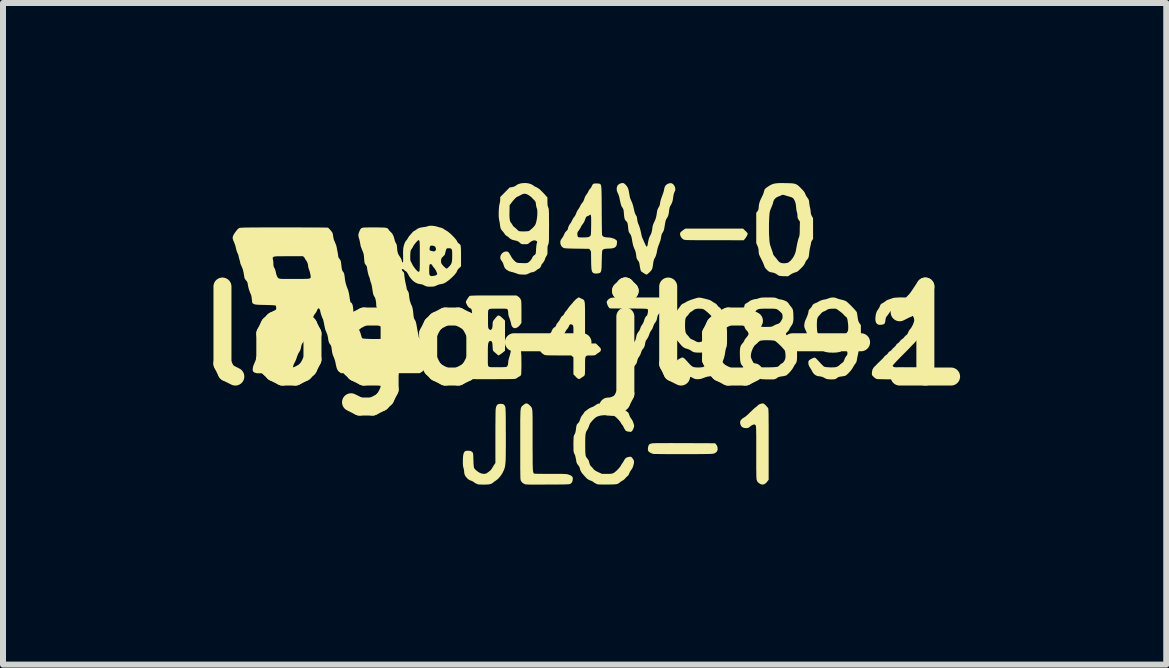
<source format=kicad_pcb>
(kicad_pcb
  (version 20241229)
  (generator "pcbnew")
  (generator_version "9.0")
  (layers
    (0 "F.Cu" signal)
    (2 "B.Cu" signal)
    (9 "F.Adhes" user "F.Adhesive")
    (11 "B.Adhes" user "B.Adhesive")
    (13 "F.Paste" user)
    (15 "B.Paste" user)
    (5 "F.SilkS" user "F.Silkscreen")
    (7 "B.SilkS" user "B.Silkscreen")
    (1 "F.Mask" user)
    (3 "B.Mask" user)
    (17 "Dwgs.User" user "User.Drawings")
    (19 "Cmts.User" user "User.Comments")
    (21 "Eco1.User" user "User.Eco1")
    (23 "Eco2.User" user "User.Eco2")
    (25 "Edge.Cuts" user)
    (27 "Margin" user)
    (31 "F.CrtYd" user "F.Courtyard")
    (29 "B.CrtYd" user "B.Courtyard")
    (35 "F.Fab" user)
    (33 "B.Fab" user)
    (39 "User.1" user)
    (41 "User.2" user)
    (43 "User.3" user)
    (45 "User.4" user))
  (footprint "logo-jlc-1"
    (layer "F.Cu")
    (at 6.693 2.547)
    (property "Reference" "logo-jlc-1" (at 0 0 0) (layer "F.SilkS") (effects (font (size 1.5 1.5) (thickness 0.3))))
    (attr board_only exclude_from_pos_files exclude_from_bom)
    (fp_poly (pts (xy 2.676 -1.753) (xy 2.695 -1.734) (xy 2.709 -1.718) (xy 2.717 -1.706) (xy 2.717 -1.706) (xy 2.716 -1.693) (xy 2.708 -1.673) (xy 2.695 -1.65) (xy 2.679 -1.626) (xy 2.664 -1.608) (xy 2.651 -1.593) (xy 2.161 -1.594) (xy 2.068 -1.594) (xy 1.987 -1.594) (xy 1.919 -1.594) (xy 1.86 -1.594) (xy 1.811 -1.595) (xy 1.771 -1.595) (xy 1.739 -1.596) (xy 1.713 -1.596) (xy 1.693 -1.597) (xy 1.678 -1.599) (xy 1.667 -1.6) (xy 1.658 -1.602) (xy 1.652 -1.604) (xy 1.647 -1.606) (xy 1.646 -1.607) (xy 1.622 -1.625) (xy 1.604 -1.649) (xy 1.593 -1.676) (xy 1.59 -1.702) (xy 1.595 -1.72) (xy 1.605 -1.732) (xy 1.622 -1.747) (xy 1.64 -1.761) (xy 1.677 -1.787) (xy 2.158 -1.787) (xy 2.64 -1.787)) (stroke (width 0) (type solid)) (fill yes) (layer "F.SilkS"))
    (fp_poly (pts (xy 1.519 1.788) (xy 1.598 1.788) (xy 1.676 1.788) (xy 2.174 1.79) (xy 2.193 1.811) (xy 2.209 1.837) (xy 2.216 1.866) (xy 2.216 1.899) (xy 2.207 1.925) (xy 2.187 1.945) (xy 2.168 1.956) (xy 2.162 1.958) (xy 2.155 1.961) (xy 2.148 1.963) (xy 2.138 1.964) (xy 2.126 1.966) (xy 2.109 1.967) (xy 2.088 1.968) (xy 2.06 1.969) (xy 2.026 1.969) (xy 1.983 1.97) (xy 1.932 1.97) (xy 1.871 1.971) (xy 1.8 1.971) (xy 1.716 1.971) (xy 1.65 1.971) (xy 1.57 1.971) (xy 1.494 1.971) (xy 1.422 1.971) (xy 1.356 1.971) (xy 1.297 1.97) (xy 1.246 1.97) (xy 1.204 1.969) (xy 1.172 1.969) (xy 1.151 1.968) (xy 1.143 1.967) (xy 1.112 1.957) (xy 1.086 1.943) (xy 1.066 1.927) (xy 1.061 1.92) (xy 1.055 1.903) (xy 1.055 1.88) (xy 1.056 1.864) (xy 1.063 1.833) (xy 1.074 1.812) (xy 1.094 1.799) (xy 1.123 1.792) (xy 1.134 1.79) (xy 1.148 1.79) (xy 1.173 1.789) (xy 1.21 1.788) (xy 1.257 1.788) (xy 1.312 1.788) (xy 1.375 1.788) (xy 1.444 1.787)) (stroke (width 0) (type solid)) (fill yes) (layer "F.SilkS"))
    (fp_poly (pts (xy 2.98 1.128) (xy 2.993 1.135) (xy 3.008 1.148) (xy 3.018 1.158) (xy 3.035 1.177) (xy 3.05 1.194) (xy 3.058 1.204) (xy 3.059 1.208) (xy 3.061 1.215) (xy 3.062 1.227) (xy 3.063 1.243) (xy 3.064 1.264) (xy 3.065 1.292) (xy 3.066 1.327) (xy 3.066 1.371) (xy 3.066 1.423) (xy 3.067 1.484) (xy 3.067 1.556) (xy 3.067 1.639) (xy 3.067 1.734) (xy 3.067 1.807) (xy 3.067 2.397) (xy 3.048 2.423) (xy 3.022 2.454) (xy 2.993 2.473) (xy 2.965 2.479) (xy 2.937 2.473) (xy 2.933 2.471) (xy 2.908 2.457) (xy 2.891 2.443) (xy 2.879 2.428) (xy 2.873 2.416) (xy 2.871 2.41) (xy 2.868 2.404) (xy 2.866 2.396) (xy 2.865 2.385) (xy 2.864 2.37) (xy 2.862 2.351) (xy 2.862 2.326) (xy 2.861 2.295) (xy 2.861 2.255) (xy 2.86 2.207) (xy 2.86 2.149) (xy 2.86 2.081) (xy 2.86 2.001) (xy 2.86 1.945) (xy 2.86 1.857) (xy 2.86 1.781) (xy 2.86 1.717) (xy 2.86 1.664) (xy 2.859 1.619) (xy 2.859 1.584) (xy 2.858 1.555) (xy 2.857 1.534) (xy 2.856 1.518) (xy 2.855 1.506) (xy 2.853 1.498) (xy 2.851 1.493) (xy 2.849 1.489) (xy 2.846 1.486) (xy 2.83 1.476) (xy 2.818 1.477) (xy 2.791 1.488) (xy 2.769 1.502) (xy 2.76 1.51) (xy 2.735 1.53) (xy 2.704 1.538) (xy 2.666 1.536) (xy 2.652 1.533) (xy 2.625 1.521) (xy 2.607 1.501) (xy 2.595 1.471) (xy 2.594 1.465) (xy 2.591 1.44) (xy 2.595 1.419) (xy 2.608 1.399) (xy 2.63 1.378) (xy 2.664 1.356) (xy 2.677 1.348) (xy 2.688 1.339) (xy 2.707 1.323) (xy 2.731 1.301) (xy 2.756 1.276) (xy 2.763 1.27) (xy 2.79 1.244) (xy 2.815 1.22) (xy 2.836 1.201) (xy 2.852 1.189) (xy 2.854 1.188) (xy 2.87 1.176) (xy 2.881 1.166) (xy 2.882 1.163) (xy 2.892 1.153) (xy 2.91 1.142) (xy 2.933 1.133) (xy 2.956 1.127) (xy 2.964 1.127)) (stroke (width 0) (type solid)) (fill yes) (layer "F.SilkS"))
    (fp_poly (pts (xy -1.365 1.136) (xy -1.344 1.146) (xy -1.33 1.165) (xy -1.321 1.19) (xy -1.319 1.203) (xy -1.318 1.228) (xy -1.316 1.266) (xy -1.315 1.316) (xy -1.314 1.379) (xy -1.314 1.455) (xy -1.314 1.544) (xy -1.313 1.646) (xy -1.313 1.663) (xy -1.313 1.758) (xy -1.313 1.84) (xy -1.314 1.911) (xy -1.314 1.971) (xy -1.315 2.023) (xy -1.316 2.066) (xy -1.318 2.103) (xy -1.321 2.133) (xy -1.324 2.159) (xy -1.328 2.181) (xy -1.332 2.2) (xy -1.338 2.217) (xy -1.344 2.234) (xy -1.352 2.251) (xy -1.361 2.27) (xy -1.361 2.271) (xy -1.385 2.312) (xy -1.414 2.351) (xy -1.445 2.385) (xy -1.476 2.41) (xy -1.488 2.417) (xy -1.504 2.428) (xy -1.522 2.443) (xy -1.525 2.446) (xy -1.552 2.464) (xy -1.579 2.472) (xy -1.601 2.476) (xy -1.631 2.478) (xy -1.666 2.479) (xy -1.702 2.479) (xy -1.735 2.478) (xy -1.762 2.477) (xy -1.78 2.474) (xy -1.78 2.474) (xy -1.824 2.454) (xy -1.849 2.436) (xy -1.868 2.424) (xy -1.891 2.414) (xy -1.898 2.412) (xy -1.924 2.401) (xy -1.95 2.381) (xy -1.957 2.374) (xy -1.983 2.344) (xy -1.999 2.315) (xy -2.006 2.286) (xy -2.007 2.271) (xy -2.009 2.248) (xy -2.014 2.219) (xy -2.019 2.202) (xy -2.024 2.182) (xy -2.027 2.161) (xy -2.029 2.134) (xy -2.029 2.1) (xy -2.029 2.072) (xy -2.027 2.02) (xy -2.022 1.981) (xy -2.014 1.952) (xy -2.003 1.932) (xy -1.986 1.92) (xy -1.964 1.915) (xy -1.935 1.915) (xy -1.933 1.915) (xy -1.907 1.918) (xy -1.89 1.924) (xy -1.876 1.934) (xy -1.875 1.936) (xy -1.868 1.942) (xy -1.863 1.949) (xy -1.86 1.958) (xy -1.858 1.972) (xy -1.856 1.992) (xy -1.855 2.021) (xy -1.854 2.06) (xy -1.853 2.072) (xy -1.852 2.119) (xy -1.849 2.157) (xy -1.846 2.185) (xy -1.843 2.201) (xy -1.842 2.204) (xy -1.827 2.223) (xy -1.804 2.244) (xy -1.777 2.265) (xy -1.749 2.282) (xy -1.747 2.283) (xy -1.716 2.295) (xy -1.684 2.3) (xy -1.655 2.298) (xy -1.636 2.292) (xy -1.602 2.268) (xy -1.572 2.244) (xy -1.551 2.22) (xy -1.545 2.21) (xy -1.533 2.189) (xy -1.518 2.165) (xy -1.509 2.151) (xy -1.487 2.119) (xy -1.487 1.67) (xy -1.487 1.58) (xy -1.487 1.502) (xy -1.486 1.436) (xy -1.486 1.379) (xy -1.485 1.333) (xy -1.485 1.294) (xy -1.484 1.263) (xy -1.483 1.239) (xy -1.482 1.22) (xy -1.48 1.206) (xy -1.478 1.195) (xy -1.476 1.188) (xy -1.466 1.162) (xy -1.452 1.145) (xy -1.431 1.136) (xy -1.401 1.133) (xy -1.396 1.133)) (stroke (width 0) (type solid)) (fill yes) (layer "F.SilkS"))
    (fp_poly (pts (xy -0.951 1.13) (xy -0.928 1.146) (xy -0.919 1.155) (xy -0.909 1.165) (xy -0.901 1.173) (xy -0.894 1.181) (xy -0.888 1.188) (xy -0.883 1.198) (xy -0.878 1.209) (xy -0.875 1.224) (xy -0.872 1.242) (xy -0.87 1.266) (xy -0.869 1.296) (xy -0.868 1.332) (xy -0.867 1.376) (xy -0.867 1.43) (xy -0.867 1.492) (xy -0.867 1.566) (xy -0.867 1.651) (xy -0.867 1.735) (xy -0.867 1.833) (xy -0.867 1.919) (xy -0.866 1.993) (xy -0.866 2.056) (xy -0.866 2.109) (xy -0.865 2.154) (xy -0.864 2.19) (xy -0.863 2.219) (xy -0.861 2.242) (xy -0.859 2.26) (xy -0.856 2.273) (xy -0.853 2.282) (xy -0.85 2.288) (xy -0.846 2.292) (xy -0.842 2.296) (xy -0.841 2.296) (xy -0.833 2.297) (xy -0.813 2.298) (xy -0.783 2.299) (xy -0.743 2.299) (xy -0.697 2.3) (xy -0.644 2.3) (xy -0.587 2.3) (xy -0.569 2.3) (xy -0.502 2.3) (xy -0.447 2.3) (xy -0.403 2.3) (xy -0.368 2.301) (xy -0.34 2.302) (xy -0.318 2.303) (xy -0.302 2.304) (xy -0.288 2.307) (xy -0.277 2.309) (xy -0.266 2.313) (xy -0.262 2.314) (xy -0.229 2.328) (xy -0.208 2.344) (xy -0.197 2.364) (xy -0.197 2.388) (xy -0.197 2.39) (xy -0.203 2.422) (xy -0.213 2.444) (xy -0.228 2.459) (xy -0.235 2.464) (xy -0.24 2.467) (xy -0.247 2.469) (xy -0.255 2.471) (xy -0.267 2.473) (xy -0.282 2.474) (xy -0.304 2.475) (xy -0.332 2.476) (xy -0.367 2.477) (xy -0.411 2.477) (xy -0.465 2.478) (xy -0.531 2.478) (xy -0.608 2.478) (xy -0.62 2.478) (xy -0.699 2.479) (xy -0.766 2.479) (xy -0.822 2.479) (xy -0.868 2.479) (xy -0.905 2.479) (xy -0.934 2.478) (xy -0.956 2.477) (xy -0.973 2.476) (xy -0.985 2.475) (xy -0.993 2.473) (xy -1 2.471) (xy -1.004 2.468) (xy -1.026 2.456) (xy -1.04 2.446) (xy -1.049 2.435) (xy -1.058 2.421) (xy -1.059 2.42) (xy -1.062 2.416) (xy -1.064 2.411) (xy -1.066 2.406) (xy -1.067 2.398) (xy -1.069 2.387) (xy -1.07 2.373) (xy -1.071 2.354) (xy -1.071 2.329) (xy -1.072 2.298) (xy -1.072 2.26) (xy -1.073 2.214) (xy -1.073 2.16) (xy -1.073 2.095) (xy -1.073 2.02) (xy -1.073 1.933) (xy -1.073 1.835) (xy -1.073 1.808) (xy -1.073 1.704) (xy -1.073 1.613) (xy -1.073 1.533) (xy -1.073 1.464) (xy -1.073 1.405) (xy -1.072 1.356) (xy -1.071 1.314) (xy -1.07 1.28) (xy -1.069 1.252) (xy -1.066 1.23) (xy -1.064 1.212) (xy -1.06 1.199) (xy -1.056 1.189) (xy -1.051 1.18) (xy -1.045 1.174) (xy -1.039 1.168) (xy -1.031 1.161) (xy -1.024 1.155) (xy -0.997 1.134) (xy -0.973 1.126)) (stroke (width 0) (type solid)) (fill yes) (layer "F.SilkS"))
    (fp_poly (pts (xy 1.273 -0.616) (xy 1.291 -0.6) (xy 1.306 -0.587) (xy 1.312 -0.581) (xy 1.317 -0.564) (xy 1.315 -0.541) (xy 1.305 -0.512) (xy 1.297 -0.497) (xy 1.286 -0.474) (xy 1.277 -0.449) (xy 1.276 -0.443) (xy 1.27 -0.418) (xy 1.261 -0.397) (xy 1.245 -0.376) (xy 1.236 -0.366) (xy 1.218 -0.339) (xy 1.21 -0.309) (xy 1.203 -0.273) (xy 1.192 -0.244) (xy 1.174 -0.217) (xy 1.172 -0.216) (xy 1.158 -0.194) (xy 1.148 -0.169) (xy 1.146 -0.164) (xy 1.128 -0.117) (xy 1.103 -0.08) (xy 1.093 -0.065) (xy 1.083 -0.042) (xy 1.075 -0.018) (xy 1.063 0.012) (xy 1.049 0.039) (xy 1.041 0.05) (xy 1.02 0.082) (xy 1.009 0.12) (xy 1.007 0.14) (xy 1.002 0.162) (xy 0.992 0.188) (xy 0.978 0.211) (xy 0.968 0.223) (xy 0.958 0.235) (xy 0.948 0.257) (xy 0.94 0.281) (xy 0.929 0.311) (xy 0.915 0.337) (xy 0.906 0.35) (xy 0.89 0.374) (xy 0.879 0.406) (xy 0.877 0.417) (xy 0.869 0.446) (xy 0.859 0.467) (xy 0.844 0.486) (xy 0.844 0.486) (xy 0.83 0.503) (xy 0.821 0.52) (xy 0.815 0.545) (xy 0.813 0.556) (xy 0.808 0.579) (xy 0.802 0.597) (xy 0.792 0.615) (xy 0.777 0.637) (xy 0.764 0.652) (xy 0.741 0.681) (xy 0.724 0.701) (xy 0.711 0.713) (xy 0.701 0.718) (xy 0.691 0.718) (xy 0.679 0.715) (xy 0.676 0.713) (xy 0.648 0.699) (xy 0.623 0.681) (xy 0.603 0.663) (xy 0.597 0.653) (xy 0.591 0.641) (xy 0.589 0.629) (xy 0.592 0.613) (xy 0.597 0.591) (xy 0.605 0.566) (xy 0.616 0.544) (xy 0.623 0.533) (xy 0.638 0.514) (xy 0.65 0.49) (xy 0.658 0.467) (xy 0.66 0.455) (xy 0.664 0.439) (xy 0.674 0.417) (xy 0.688 0.391) (xy 0.703 0.367) (xy 0.714 0.35) (xy 0.72 0.334) (xy 0.72 0.331) (xy 0.726 0.295) (xy 0.743 0.259) (xy 0.76 0.237) (xy 0.777 0.212) (xy 0.789 0.189) (xy 0.791 0.182) (xy 0.803 0.144) (xy 0.827 0.101) (xy 0.837 0.088) (xy 0.848 0.067) (xy 0.856 0.042) (xy 0.857 0.035) (xy 0.864 -0.003) (xy 0.874 -0.032) (xy 0.889 -0.056) (xy 0.897 -0.067) (xy 0.911 -0.087) (xy 0.921 -0.107) (xy 0.924 -0.115) (xy 0.939 -0.156) (xy 0.964 -0.195) (xy 0.964 -0.195) (xy 0.976 -0.214) (xy 0.985 -0.237) (xy 0.987 -0.242) (xy 0.994 -0.266) (xy 1.003 -0.29) (xy 1.013 -0.311) (xy 1.022 -0.324) (xy 1.026 -0.327) (xy 1.035 -0.333) (xy 1.044 -0.348) (xy 1.05 -0.37) (xy 1.055 -0.395) (xy 1.056 -0.418) (xy 1.054 -0.436) (xy 1.051 -0.443) (xy 1.048 -0.445) (xy 1.043 -0.448) (xy 1.034 -0.449) (xy 1.02 -0.451) (xy 1.001 -0.452) (xy 0.974 -0.453) (xy 0.94 -0.454) (xy 0.896 -0.454) (xy 0.841 -0.455) (xy 0.776 -0.455) (xy 0.732 -0.455) (xy 0.421 -0.457) (xy 0.405 -0.472) (xy 0.394 -0.487) (xy 0.383 -0.509) (xy 0.377 -0.526) (xy 0.37 -0.548) (xy 0.368 -0.562) (xy 0.37 -0.573) (xy 0.377 -0.585) (xy 0.379 -0.589) (xy 0.396 -0.608) (xy 0.418 -0.624) (xy 0.422 -0.626) (xy 0.429 -0.629) (xy 0.435 -0.632) (xy 0.444 -0.634) (xy 0.454 -0.635) (xy 0.469 -0.637) (xy 0.488 -0.638) (xy 0.513 -0.639) (xy 0.545 -0.639) (xy 0.585 -0.64) (xy 0.633 -0.64) (xy 0.692 -0.64) (xy 0.762 -0.64) (xy 0.845 -0.64) (xy 0.846 -0.64) (xy 1.242 -0.64)) (stroke (width 0) (type solid)) (fill yes) (layer "F.SilkS"))
    (fp_poly (pts (xy -0.059 -0.623) (xy -0.045 -0.616) (xy -0.032 -0.611) (xy -0.022 -0.605) (xy -0.014 -0.598) (xy -0.008 -0.588) (xy -0.003 -0.575) (xy 0.001 -0.558) (xy 0.004 -0.534) (xy 0.005 -0.503) (xy 0.006 -0.465) (xy 0.007 -0.417) (xy 0.007 -0.359) (xy 0.007 -0.289) (xy 0.007 -0.239) (xy 0.007 0.094) (xy 0.023 0.11) (xy 0.031 0.117) (xy 0.04 0.122) (xy 0.052 0.125) (xy 0.071 0.126) (xy 0.099 0.127) (xy 0.114 0.127) (xy 0.188 0.127) (xy 0.227 0.165) (xy 0.246 0.184) (xy 0.262 0.203) (xy 0.27 0.216) (xy 0.271 0.218) (xy 0.271 0.242) (xy 0.258 0.263) (xy 0.239 0.277) (xy 0.219 0.289) (xy 0.198 0.305) (xy 0.195 0.308) (xy 0.184 0.316) (xy 0.174 0.322) (xy 0.162 0.325) (xy 0.143 0.326) (xy 0.115 0.327) (xy 0.104 0.327) (xy 0.075 0.327) (xy 0.052 0.328) (xy 0.035 0.331) (xy 0.023 0.339) (xy 0.015 0.352) (xy 0.01 0.372) (xy 0.008 0.401) (xy 0.007 0.439) (xy 0.007 0.489) (xy 0.007 0.506) (xy 0.007 0.554) (xy 0.006 0.59) (xy 0.006 0.617) (xy 0.004 0.635) (xy 0.002 0.648) (xy -0.000427 0.656) (xy -0.004 0.662) (xy -0.007 0.665) (xy -0.018 0.676) (xy -0.026 0.68) (xy -0.034 0.684) (xy -0.048 0.694) (xy -0.057 0.7) (xy -0.076 0.714) (xy -0.093 0.719) (xy -0.109 0.715) (xy -0.128 0.701) (xy -0.149 0.68) (xy -0.187 0.641) (xy -0.187 0.5) (xy -0.187 0.359) (xy -0.204 0.343) (xy -0.222 0.327) (xy -0.434 0.327) (xy -0.492 0.326) (xy -0.544 0.326) (xy -0.588 0.325) (xy -0.624 0.324) (xy -0.649 0.322) (xy -0.662 0.32) (xy -0.663 0.32) (xy -0.685 0.308) (xy -0.708 0.291) (xy -0.728 0.271) (xy -0.74 0.254) (xy -0.74 0.253) (xy -0.745 0.23) (xy -0.743 0.198) (xy -0.743 0.196) (xy -0.739 0.171) (xy -0.732 0.154) (xy -0.719 0.138) (xy -0.713 0.133) (xy -0.696 0.114) (xy -0.684 0.097) (xy -0.433 0.097) (xy -0.428 0.109) (xy -0.413 0.117) (xy -0.387 0.122) (xy -0.349 0.125) (xy -0.301 0.125) (xy -0.265 0.124) (xy -0.24 0.123) (xy -0.223 0.121) (xy -0.212 0.118) (xy -0.205 0.114) (xy -0.199 0.108) (xy -0.195 0.101) (xy -0.192 0.093) (xy -0.189 0.08) (xy -0.188 0.062) (xy -0.187 0.037) (xy -0.187 0.001) (xy -0.187 -0.037) (xy -0.187 -0.082) (xy -0.187 -0.116) (xy -0.188 -0.14) (xy -0.189 -0.156) (xy -0.192 -0.167) (xy -0.195 -0.174) (xy -0.2 -0.18) (xy -0.2 -0.18) (xy -0.216 -0.19) (xy -0.23 -0.193) (xy -0.241 -0.191) (xy -0.25 -0.183) (xy -0.26 -0.166) (xy -0.263 -0.158) (xy -0.274 -0.136) (xy -0.287 -0.118) (xy -0.294 -0.11) (xy -0.305 -0.096) (xy -0.317 -0.076) (xy -0.325 -0.061) (xy -0.339 -0.035) (xy -0.358 -0.009) (xy -0.372 0.006) (xy -0.395 0.031) (xy -0.414 0.056) (xy -0.427 0.079) (xy -0.433 0.096) (xy -0.433 0.097) (xy -0.684 0.097) (xy -0.681 0.094) (xy -0.677 0.087) (xy -0.665 0.069) (xy -0.649 0.048) (xy -0.641 0.04) (xy -0.614 0.011) (xy -0.588 -0.019) (xy -0.567 -0.047) (xy -0.552 -0.071) (xy -0.545 -0.088) (xy -0.531 -0.117) (xy -0.508 -0.139) (xy -0.499 -0.144) (xy -0.481 -0.16) (xy -0.474 -0.179) (xy -0.464 -0.201) (xy -0.449 -0.22) (xy -0.446 -0.223) (xy -0.433 -0.239) (xy -0.418 -0.262) (xy -0.407 -0.282) (xy -0.392 -0.311) (xy -0.377 -0.328) (xy -0.371 -0.332) (xy -0.355 -0.345) (xy -0.341 -0.366) (xy -0.341 -0.368) (xy -0.329 -0.39) (xy -0.314 -0.409) (xy -0.31 -0.413) (xy -0.295 -0.43) (xy -0.283 -0.448) (xy -0.282 -0.449) (xy -0.273 -0.463) (xy -0.258 -0.483) (xy -0.241 -0.503) (xy -0.22 -0.527) (xy -0.197 -0.553) (xy -0.183 -0.571) (xy -0.163 -0.592) (xy -0.141 -0.613) (xy -0.127 -0.623) (xy -0.099 -0.642)) (stroke (width 0) (type solid)) (fill yes) (layer "F.SilkS"))
    (fp_poly (pts (xy 0.22 -2.539) (xy 0.241 -2.537) (xy 0.253 -2.533) (xy 0.259 -2.53) (xy 0.264 -2.525) (xy 0.269 -2.519) (xy 0.272 -2.509) (xy 0.275 -2.496) (xy 0.278 -2.477) (xy 0.28 -2.453) (xy 0.281 -2.421) (xy 0.282 -2.382) (xy 0.283 -2.334) (xy 0.284 -2.275) (xy 0.284 -2.206) (xy 0.285 -2.125) (xy 0.285 -2.09) (xy 0.285 -2.018) (xy 0.286 -1.95) (xy 0.286 -1.888) (xy 0.287 -1.831) (xy 0.288 -1.781) (xy 0.288 -1.74) (xy 0.289 -1.709) (xy 0.29 -1.689) (xy 0.29 -1.681) (xy 0.301 -1.663) (xy 0.323 -1.649) (xy 0.356 -1.642) (xy 0.385 -1.64) (xy 0.426 -1.637) (xy 0.466 -1.628) (xy 0.501 -1.614) (xy 0.526 -1.597) (xy 0.535 -1.588) (xy 0.539 -1.576) (xy 0.539 -1.558) (xy 0.539 -1.545) (xy 0.534 -1.513) (xy 0.523 -1.49) (xy 0.504 -1.473) (xy 0.477 -1.462) (xy 0.44 -1.456) (xy 0.396 -1.454) (xy 0.356 -1.452) (xy 0.327 -1.447) (xy 0.308 -1.439) (xy 0.296 -1.426) (xy 0.294 -1.421) (xy 0.292 -1.409) (xy 0.29 -1.386) (xy 0.288 -1.353) (xy 0.287 -1.312) (xy 0.286 -1.266) (xy 0.285 -1.246) (xy 0.284 -1.19) (xy 0.283 -1.145) (xy 0.28 -1.11) (xy 0.276 -1.084) (xy 0.269 -1.066) (xy 0.26 -1.054) (xy 0.247 -1.046) (xy 0.23 -1.042) (xy 0.208 -1.039) (xy 0.203 -1.038) (xy 0.171 -1.038) (xy 0.152 -1.044) (xy 0.139 -1.052) (xy 0.129 -1.062) (xy 0.122 -1.076) (xy 0.117 -1.096) (xy 0.113 -1.122) (xy 0.111 -1.159) (xy 0.109 -1.205) (xy 0.109 -1.227) (xy 0.108 -1.269) (xy 0.108 -1.309) (xy 0.107 -1.343) (xy 0.107 -1.369) (xy 0.107 -1.385) (xy 0.107 -1.385) (xy 0.103 -1.412) (xy 0.091 -1.431) (xy 0.075 -1.45) (xy -0.131 -1.453) (xy -0.189 -1.454) (xy -0.236 -1.455) (xy -0.272 -1.456) (xy -0.299 -1.458) (xy -0.32 -1.459) (xy -0.334 -1.461) (xy -0.345 -1.464) (xy -0.353 -1.467) (xy -0.36 -1.47) (xy -0.384 -1.49) (xy -0.399 -1.519) (xy -0.405 -1.543) (xy -0.405 -1.573) (xy -0.396 -1.6) (xy -0.38 -1.623) (xy -0.366 -1.642) (xy -0.352 -1.667) (xy -0.343 -1.688) (xy -0.337 -1.699) (xy -0.122 -1.699) (xy -0.12 -1.677) (xy -0.116 -1.659) (xy -0.114 -1.655) (xy -0.11 -1.649) (xy -0.104 -1.644) (xy -0.094 -1.642) (xy -0.077 -1.641) (xy -0.05 -1.64) (xy -0.026 -1.64) (xy 0.014 -1.641) (xy 0.043 -1.643) (xy 0.063 -1.646) (xy 0.073 -1.65) (xy 0.09 -1.661) (xy 0.1 -1.674) (xy 0.103 -1.685) (xy 0.105 -1.709) (xy 0.107 -1.743) (xy 0.108 -1.788) (xy 0.109 -1.842) (xy 0.109 -1.847) (xy 0.109 -1.902) (xy 0.109 -1.945) (xy 0.108 -1.977) (xy 0.106 -1.999) (xy 0.102 -2.013) (xy 0.098 -2.019) (xy 0.092 -2.019) (xy 0.084 -2.014) (xy 0.082 -2.012) (xy 0.066 -2.002) (xy 0.053 -1.997) (xy 0.038 -1.991) (xy 0.027 -1.982) (xy 0.019 -1.968) (xy 0.01 -1.945) (xy 0.007 -1.935) (xy -0.004 -1.908) (xy -0.016 -1.884) (xy -0.027 -1.87) (xy -0.04 -1.852) (xy -0.055 -1.829) (xy -0.063 -1.813) (xy -0.076 -1.788) (xy -0.092 -1.764) (xy -0.1 -1.752) (xy -0.115 -1.732) (xy -0.121 -1.711) (xy -0.122 -1.699) (xy -0.337 -1.699) (xy -0.325 -1.724) (xy -0.303 -1.748) (xy -0.289 -1.762) (xy -0.281 -1.774) (xy -0.28 -1.777) (xy -0.277 -1.797) (xy -0.268 -1.822) (xy -0.256 -1.847) (xy -0.243 -1.867) (xy -0.24 -1.87) (xy -0.227 -1.889) (xy -0.214 -1.913) (xy -0.211 -1.92) (xy -0.2 -1.943) (xy -0.185 -1.968) (xy -0.174 -1.981) (xy -0.158 -2.004) (xy -0.146 -2.029) (xy -0.141 -2.042) (xy -0.132 -2.065) (xy -0.119 -2.09) (xy -0.11 -2.103) (xy -0.093 -2.128) (xy -0.077 -2.156) (xy -0.071 -2.169) (xy -0.059 -2.191) (xy -0.045 -2.212) (xy -0.037 -2.22) (xy -0.024 -2.238) (xy -0.011 -2.267) (xy -0.006 -2.281) (xy 0.003 -2.308) (xy 0.015 -2.333) (xy 0.026 -2.348) (xy 0.039 -2.366) (xy 0.054 -2.391) (xy 0.063 -2.409) (xy 0.075 -2.431) (xy 0.087 -2.448) (xy 0.095 -2.456) (xy 0.105 -2.467) (xy 0.115 -2.485) (xy 0.117 -2.491) (xy 0.129 -2.515) (xy 0.14 -2.53) (xy 0.156 -2.537) (xy 0.18 -2.54) (xy 0.195 -2.54)) (stroke (width 0) (type solid)) (fill yes) (layer "F.SilkS"))
    (fp_poly (pts (xy 0.647 -2.545) (xy 0.661 -2.538) (xy 0.677 -2.524) (xy 0.687 -2.514) (xy 0.706 -2.491) (xy 0.72 -2.466) (xy 0.731 -2.436) (xy 0.739 -2.397) (xy 0.747 -2.35) (xy 0.756 -2.302) (xy 0.774 -2.258) (xy 0.777 -2.251) (xy 0.791 -2.22) (xy 0.803 -2.185) (xy 0.811 -2.157) (xy 0.818 -2.127) (xy 0.825 -2.095) (xy 0.83 -2.072) (xy 0.838 -2.046) (xy 0.849 -2.02) (xy 0.856 -2.009) (xy 0.867 -1.99) (xy 0.873 -1.971) (xy 0.873 -1.965) (xy 0.876 -1.94) (xy 0.881 -1.91) (xy 0.889 -1.88) (xy 0.898 -1.857) (xy 0.899 -1.857) (xy 0.908 -1.834) (xy 0.919 -1.801) (xy 0.93 -1.762) (xy 0.94 -1.718) (xy 0.943 -1.703) (xy 0.949 -1.676) (xy 0.954 -1.655) (xy 0.961 -1.635) (xy 0.971 -1.612) (xy 0.985 -1.581) (xy 0.985 -1.58) (xy 0.997 -1.554) (xy 1.008 -1.529) (xy 1.016 -1.512) (xy 1.026 -1.493) (xy 1.035 -1.487) (xy 1.044 -1.494) (xy 1.047 -1.504) (xy 1.051 -1.523) (xy 1.055 -1.548) (xy 1.057 -1.56) (xy 1.063 -1.59) (xy 1.07 -1.619) (xy 1.077 -1.64) (xy 1.079 -1.644) (xy 1.091 -1.668) (xy 1.104 -1.693) (xy 1.106 -1.697) (xy 1.115 -1.722) (xy 1.123 -1.756) (xy 1.127 -1.784) (xy 1.132 -1.821) (xy 1.14 -1.851) (xy 1.153 -1.883) (xy 1.16 -1.897) (xy 1.175 -1.93) (xy 1.187 -1.963) (xy 1.195 -1.999) (xy 1.203 -2.041) (xy 1.206 -2.067) (xy 1.213 -2.1) (xy 1.224 -2.126) (xy 1.232 -2.139) (xy 1.245 -2.161) (xy 1.253 -2.185) (xy 1.257 -2.212) (xy 1.264 -2.248) (xy 1.277 -2.292) (xy 1.29 -2.327) (xy 1.302 -2.359) (xy 1.313 -2.392) (xy 1.321 -2.419) (xy 1.323 -2.433) (xy 1.332 -2.473) (xy 1.346 -2.502) (xy 1.368 -2.523) (xy 1.382 -2.532) (xy 1.416 -2.544) (xy 1.446 -2.544) (xy 1.472 -2.531) (xy 1.493 -2.505) (xy 1.501 -2.491) (xy 1.511 -2.457) (xy 1.511 -2.427) (xy 1.499 -2.4) (xy 1.489 -2.377) (xy 1.481 -2.342) (xy 1.476 -2.309) (xy 1.469 -2.262) (xy 1.458 -2.223) (xy 1.441 -2.187) (xy 1.427 -2.163) (xy 1.418 -2.143) (xy 1.411 -2.111) (xy 1.407 -2.078) (xy 1.402 -2.041) (xy 1.396 -2.013) (xy 1.387 -1.989) (xy 1.374 -1.966) (xy 1.364 -1.95) (xy 1.356 -1.935) (xy 1.349 -1.914) (xy 1.343 -1.884) (xy 1.337 -1.849) (xy 1.33 -1.806) (xy 1.324 -1.775) (xy 1.316 -1.75) (xy 1.306 -1.73) (xy 1.294 -1.713) (xy 1.284 -1.693) (xy 1.277 -1.66) (xy 1.274 -1.643) (xy 1.265 -1.595) (xy 1.248 -1.548) (xy 1.244 -1.537) (xy 1.227 -1.494) (xy 1.214 -1.449) (xy 1.21 -1.431) (xy 1.2 -1.378) (xy 1.188 -1.337) (xy 1.175 -1.307) (xy 1.167 -1.294) (xy 1.156 -1.271) (xy 1.147 -1.238) (xy 1.145 -1.225) (xy 1.139 -1.183) (xy 1.134 -1.151) (xy 1.129 -1.128) (xy 1.123 -1.11) (xy 1.114 -1.096) (xy 1.103 -1.082) (xy 1.088 -1.066) (xy 1.084 -1.062) (xy 1.064 -1.043) (xy 1.047 -1.029) (xy 1.035 -1.021) (xy 1.033 -1.021) (xy 1.022 -1.024) (xy 1.005 -1.033) (xy 0.987 -1.044) (xy 0.966 -1.058) (xy 0.949 -1.069) (xy 0.941 -1.076) (xy 0.936 -1.087) (xy 0.93 -1.107) (xy 0.924 -1.134) (xy 0.92 -1.158) (xy 0.915 -1.192) (xy 0.91 -1.216) (xy 0.904 -1.233) (xy 0.896 -1.247) (xy 0.887 -1.258) (xy 0.876 -1.274) (xy 0.869 -1.288) (xy 0.864 -1.307) (xy 0.86 -1.334) (xy 0.859 -1.345) (xy 0.853 -1.384) (xy 0.844 -1.417) (xy 0.83 -1.45) (xy 0.817 -1.481) (xy 0.806 -1.517) (xy 0.797 -1.56) (xy 0.793 -1.579) (xy 0.787 -1.617) (xy 0.781 -1.645) (xy 0.775 -1.666) (xy 0.768 -1.682) (xy 0.759 -1.697) (xy 0.748 -1.713) (xy 0.739 -1.727) (xy 0.733 -1.744) (xy 0.729 -1.767) (xy 0.726 -1.796) (xy 0.722 -1.834) (xy 0.718 -1.861) (xy 0.714 -1.88) (xy 0.708 -1.894) (xy 0.7 -1.904) (xy 0.693 -1.911) (xy 0.681 -1.924) (xy 0.671 -1.939) (xy 0.665 -1.957) (xy 0.66 -1.983) (xy 0.656 -2.018) (xy 0.655 -2.037) (xy 0.652 -2.07) (xy 0.649 -2.093) (xy 0.645 -2.11) (xy 0.638 -2.123) (xy 0.63 -2.137) (xy 0.628 -2.139) (xy 0.62 -2.151) (xy 0.613 -2.165) (xy 0.607 -2.181) (xy 0.601 -2.202) (xy 0.594 -2.231) (xy 0.586 -2.269) (xy 0.583 -2.287) (xy 0.574 -2.325) (xy 0.562 -2.359) (xy 0.553 -2.377) (xy 0.537 -2.417) (xy 0.534 -2.458) (xy 0.542 -2.493) (xy 0.555 -2.514) (xy 0.578 -2.531) (xy 0.605 -2.543) (xy 0.633 -2.547)) (stroke (width 0) (type solid)) (fill yes) (layer "F.SilkS"))
    (fp_poly (pts (xy 3.36 -2.545) (xy 3.412 -2.544) (xy 3.452 -2.542) (xy 3.485 -2.538) (xy 3.511 -2.532) (xy 3.533 -2.522) (xy 3.554 -2.509) (xy 3.575 -2.49) (xy 3.6 -2.466) (xy 3.609 -2.456) (xy 3.638 -2.426) (xy 3.658 -2.402) (xy 3.67 -2.382) (xy 3.676 -2.367) (xy 3.686 -2.344) (xy 3.701 -2.318) (xy 3.713 -2.301) (xy 3.727 -2.282) (xy 3.735 -2.265) (xy 3.74 -2.246) (xy 3.743 -2.219) (xy 3.743 -2.215) (xy 3.747 -2.185) (xy 3.752 -2.156) (xy 3.757 -2.134) (xy 3.757 -2.134) (xy 3.763 -2.108) (xy 3.766 -2.08) (xy 3.767 -2.069) (xy 3.77 -2.04) (xy 3.779 -2.011) (xy 3.787 -1.997) (xy 3.807 -1.959) (xy 3.807 -1.787) (xy 3.807 -1.615) (xy 3.79 -1.591) (xy 3.78 -1.572) (xy 3.774 -1.555) (xy 3.773 -1.551) (xy 3.772 -1.537) (xy 3.767 -1.515) (xy 3.761 -1.489) (xy 3.761 -1.486) (xy 3.753 -1.453) (xy 3.747 -1.415) (xy 3.743 -1.383) (xy 3.739 -1.345) (xy 3.734 -1.317) (xy 3.726 -1.296) (xy 3.715 -1.279) (xy 3.707 -1.27) (xy 3.691 -1.251) (xy 3.68 -1.23) (xy 3.679 -1.227) (xy 3.669 -1.203) (xy 3.654 -1.179) (xy 3.632 -1.153) (xy 3.607 -1.127) (xy 3.581 -1.102) (xy 3.562 -1.084) (xy 3.547 -1.073) (xy 3.533 -1.065) (xy 3.517 -1.06) (xy 3.503 -1.056) (xy 3.474 -1.045) (xy 3.444 -1.03) (xy 3.428 -1.019) (xy 3.391 -0.993) (xy 3.327 -0.994) (xy 3.297 -0.995) (xy 3.269 -0.997) (xy 3.249 -1) (xy 3.243 -1.001) (xy 3.225 -1.01) (xy 3.205 -1.023) (xy 3.199 -1.028) (xy 3.175 -1.042) (xy 3.146 -1.052) (xy 3.139 -1.054) (xy 3.116 -1.058) (xy 3.095 -1.062) (xy 3.088 -1.064) (xy 3.071 -1.072) (xy 3.051 -1.087) (xy 3.03 -1.108) (xy 3.012 -1.129) (xy 2.999 -1.148) (xy 2.997 -1.156) (xy 2.991 -1.173) (xy 2.981 -1.199) (xy 2.966 -1.233) (xy 2.948 -1.271) (xy 2.928 -1.311) (xy 2.919 -1.328) (xy 2.908 -1.354) (xy 2.902 -1.377) (xy 2.9 -1.406) (xy 2.9 -1.41) (xy 2.898 -1.441) (xy 2.892 -1.469) (xy 2.88 -1.5) (xy 2.86 -1.546) (xy 2.86 -1.798) (xy 2.86 -1.799) (xy 3.072 -1.799) (xy 3.072 -1.745) (xy 3.073 -1.694) (xy 3.074 -1.678) (xy 3.077 -1.631) (xy 3.079 -1.595) (xy 3.082 -1.565) (xy 3.086 -1.54) (xy 3.091 -1.517) (xy 3.099 -1.492) (xy 3.109 -1.462) (xy 3.116 -1.443) (xy 3.126 -1.415) (xy 3.134 -1.39) (xy 3.139 -1.372) (xy 3.14 -1.365) (xy 3.144 -1.354) (xy 3.155 -1.337) (xy 3.165 -1.325) (xy 3.185 -1.302) (xy 3.204 -1.278) (xy 3.212 -1.268) (xy 3.234 -1.24) (xy 3.256 -1.223) (xy 3.28 -1.214) (xy 3.283 -1.213) (xy 3.307 -1.21) (xy 3.336 -1.21) (xy 3.364 -1.213) (xy 3.386 -1.218) (xy 3.395 -1.222) (xy 3.436 -1.256) (xy 3.471 -1.3) (xy 3.499 -1.351) (xy 3.518 -1.405) (xy 3.521 -1.423) (xy 3.53 -1.472) (xy 3.539 -1.518) (xy 3.548 -1.561) (xy 3.557 -1.597) (xy 3.565 -1.624) (xy 3.571 -1.641) (xy 3.572 -1.642) (xy 3.576 -1.652) (xy 3.579 -1.666) (xy 3.582 -1.685) (xy 3.584 -1.712) (xy 3.585 -1.749) (xy 3.585 -1.783) (xy 3.588 -1.903) (xy 3.567 -1.933) (xy 3.554 -1.955) (xy 3.548 -1.976) (xy 3.547 -2.002) (xy 3.545 -2.028) (xy 3.541 -2.054) (xy 3.537 -2.065) (xy 3.532 -2.084) (xy 3.528 -2.11) (xy 3.525 -2.14) (xy 3.524 -2.147) (xy 3.518 -2.201) (xy 3.504 -2.245) (xy 3.484 -2.282) (xy 3.482 -2.285) (xy 3.466 -2.3) (xy 3.444 -2.311) (xy 3.428 -2.316) (xy 3.4 -2.324) (xy 3.368 -2.333) (xy 3.345 -2.34) (xy 3.322 -2.347) (xy 3.306 -2.35) (xy 3.295 -2.35) (xy 3.283 -2.345) (xy 3.275 -2.341) (xy 3.251 -2.33) (xy 3.226 -2.321) (xy 3.224 -2.32) (xy 3.191 -2.303) (xy 3.165 -2.278) (xy 3.148 -2.248) (xy 3.143 -2.229) (xy 3.138 -2.207) (xy 3.128 -2.178) (xy 3.116 -2.15) (xy 3.116 -2.149) (xy 3.104 -2.121) (xy 3.093 -2.092) (xy 3.087 -2.07) (xy 3.086 -2.069) (xy 3.082 -2.043) (xy 3.079 -2.006) (xy 3.076 -1.961) (xy 3.074 -1.91) (xy 3.072 -1.855) (xy 3.072 -1.799) (xy 2.86 -1.799) (xy 2.86 -2.05) (xy 2.88 -2.076) (xy 2.893 -2.097) (xy 2.899 -2.119) (xy 2.9 -2.136) (xy 2.906 -2.192) (xy 2.922 -2.248) (xy 2.946 -2.299) (xy 2.977 -2.364) (xy 2.996 -2.428) (xy 3.001 -2.44) (xy 3.01 -2.452) (xy 3.026 -2.466) (xy 3.051 -2.484) (xy 3.06 -2.49) (xy 3.087 -2.507) (xy 3.113 -2.521) (xy 3.14 -2.531) (xy 3.17 -2.539) (xy 3.206 -2.543) (xy 3.248 -2.546) (xy 3.3 -2.546)) (stroke (width 0) (type solid)) (fill yes) (layer "F.SilkS"))
    (fp_poly (pts (xy 5.313 -0.64) (xy 5.343 -0.639) (xy 5.368 -0.637) (xy 5.382 -0.634) (xy 5.385 -0.633) (xy 5.394 -0.627) (xy 5.413 -0.619) (xy 5.433 -0.611) (xy 5.466 -0.595) (xy 5.502 -0.572) (xy 5.537 -0.545) (xy 5.569 -0.515) (xy 5.594 -0.487) (xy 5.604 -0.471) (xy 5.618 -0.447) (xy 5.633 -0.425) (xy 5.64 -0.416) (xy 5.654 -0.397) (xy 5.664 -0.376) (xy 5.671 -0.352) (xy 5.675 -0.321) (xy 5.676 -0.28) (xy 5.676 -0.257) (xy 5.676 -0.217) (xy 5.674 -0.187) (xy 5.669 -0.164) (xy 5.661 -0.143) (xy 5.649 -0.122) (xy 5.632 -0.097) (xy 5.63 -0.095) (xy 5.619 -0.073) (xy 5.611 -0.049) (xy 5.61 -0.045) (xy 5.603 -0.023) (xy 5.59 -0.004) (xy 5.576 0.01) (xy 5.56 0.028) (xy 5.547 0.046) (xy 5.543 0.056) (xy 5.541 0.062) (xy 5.536 0.07) (xy 5.529 0.08) (xy 5.518 0.093) (xy 5.502 0.111) (xy 5.482 0.133) (xy 5.455 0.16) (xy 5.423 0.194) (xy 5.383 0.235) (xy 5.336 0.283) (xy 5.279 0.34) (xy 5.257 0.362) (xy 5.224 0.396) (xy 5.194 0.427) (xy 5.169 0.454) (xy 5.15 0.476) (xy 5.137 0.49) (xy 5.133 0.497) (xy 5.138 0.507) (xy 5.148 0.516) (xy 5.154 0.519) (xy 5.162 0.521) (xy 5.175 0.523) (xy 5.193 0.524) (xy 5.219 0.525) (xy 5.252 0.526) (xy 5.295 0.526) (xy 5.349 0.527) (xy 5.413 0.527) (xy 5.662 0.527) (xy 5.701 0.566) (xy 5.721 0.587) (xy 5.733 0.602) (xy 5.739 0.615) (xy 5.74 0.628) (xy 5.739 0.64) (xy 5.736 0.65) (xy 5.729 0.66) (xy 5.715 0.672) (xy 5.694 0.688) (xy 5.665 0.708) (xy 5.654 0.715) (xy 5.65 0.717) (xy 5.643 0.72) (xy 5.634 0.721) (xy 5.622 0.723) (xy 5.604 0.724) (xy 5.581 0.725) (xy 5.55 0.725) (xy 5.511 0.726) (xy 5.463 0.726) (xy 5.405 0.726) (xy 5.336 0.726) (xy 5.263 0.726) (xy 5.19 0.726) (xy 5.121 0.725) (xy 5.058 0.725) (xy 5.002 0.724) (xy 4.954 0.723) (xy 4.916 0.722) (xy 4.888 0.721) (xy 4.871 0.72) (xy 4.868 0.719) (xy 4.851 0.711) (xy 4.831 0.697) (xy 4.817 0.684) (xy 4.799 0.667) (xy 4.79 0.653) (xy 4.787 0.638) (xy 4.787 0.629) (xy 4.79 0.59) (xy 4.798 0.56) (xy 4.813 0.534) (xy 4.827 0.517) (xy 4.846 0.499) (xy 4.862 0.482) (xy 4.871 0.473) (xy 4.881 0.462) (xy 4.899 0.445) (xy 4.921 0.424) (xy 4.939 0.406) (xy 4.961 0.385) (xy 4.978 0.366) (xy 4.99 0.353) (xy 4.993 0.347) (xy 4.999 0.34) (xy 5.012 0.329) (xy 5.02 0.323) (xy 5.039 0.309) (xy 5.054 0.292) (xy 5.057 0.286) (xy 5.07 0.269) (xy 5.089 0.256) (xy 5.089 0.256) (xy 5.108 0.243) (xy 5.123 0.226) (xy 5.123 0.226) (xy 5.137 0.209) (xy 5.155 0.193) (xy 5.157 0.191) (xy 5.174 0.176) (xy 5.188 0.158) (xy 5.189 0.155) (xy 5.202 0.137) (xy 5.22 0.124) (xy 5.22 0.123) (xy 5.236 0.111) (xy 5.252 0.093) (xy 5.256 0.088) (xy 5.27 0.07) (xy 5.287 0.057) (xy 5.291 0.054) (xy 5.307 0.043) (xy 5.323 0.027) (xy 5.325 0.024) (xy 5.34 0.005) (xy 5.358 -0.01) (xy 5.36 -0.011) (xy 5.377 -0.027) (xy 5.39 -0.053) (xy 5.391 -0.055) (xy 5.402 -0.08) (xy 5.417 -0.103) (xy 5.423 -0.11) (xy 5.441 -0.132) (xy 5.459 -0.163) (xy 5.475 -0.196) (xy 5.487 -0.23) (xy 5.493 -0.258) (xy 5.493 -0.265) (xy 5.488 -0.293) (xy 5.475 -0.324) (xy 5.455 -0.355) (xy 5.433 -0.38) (xy 5.419 -0.391) (xy 5.403 -0.402) (xy 5.394 -0.411) (xy 5.393 -0.414) (xy 5.389 -0.423) (xy 5.378 -0.435) (xy 5.377 -0.437) (xy 5.37 -0.443) (xy 5.363 -0.448) (xy 5.353 -0.451) (xy 5.338 -0.452) (xy 5.315 -0.453) (xy 5.283 -0.453) (xy 5.259 -0.453) (xy 5.218 -0.453) (xy 5.189 -0.452) (xy 5.168 -0.451) (xy 5.153 -0.448) (xy 5.143 -0.444) (xy 5.137 -0.441) (xy 5.101 -0.413) (xy 5.075 -0.381) (xy 5.07 -0.373) (xy 5.057 -0.353) (xy 5.041 -0.332) (xy 5.038 -0.329) (xy 5.026 -0.313) (xy 5.019 -0.296) (xy 5.014 -0.271) (xy 5.014 -0.266) (xy 5.009 -0.233) (xy 5.003 -0.212) (xy 4.992 -0.198) (xy 4.974 -0.19) (xy 4.947 -0.185) (xy 4.939 -0.184) (xy 4.905 -0.184) (xy 4.878 -0.195) (xy 4.859 -0.216) (xy 4.848 -0.247) (xy 4.845 -0.289) (xy 4.85 -0.339) (xy 4.851 -0.346) (xy 4.859 -0.378) (xy 4.867 -0.402) (xy 4.879 -0.424) (xy 4.888 -0.436) (xy 4.903 -0.458) (xy 4.915 -0.48) (xy 4.92 -0.494) (xy 4.928 -0.514) (xy 4.941 -0.53) (xy 4.962 -0.544) (xy 4.977 -0.552) (xy 4.996 -0.564) (xy 5.013 -0.576) (xy 5.016 -0.579) (xy 5.029 -0.589) (xy 5.05 -0.599) (xy 5.069 -0.606) (xy 5.096 -0.615) (xy 5.121 -0.624) (xy 5.135 -0.629) (xy 5.15 -0.633) (xy 5.175 -0.636) (xy 5.206 -0.638) (xy 5.241 -0.64) (xy 5.278 -0.641)) (stroke (width 0) (type solid)) (fill yes) (layer "F.SilkS"))
    (fp_poly (pts (xy 0.379 1.128) (xy 0.387 1.128) (xy 0.525 1.13) (xy 0.552 1.155) (xy 0.584 1.177) (xy 0.617 1.19) (xy 0.641 1.199) (xy 0.657 1.209) (xy 0.669 1.225) (xy 0.67 1.226) (xy 0.686 1.246) (xy 0.705 1.262) (xy 0.709 1.265) (xy 0.724 1.276) (xy 0.734 1.291) (xy 0.743 1.315) (xy 0.743 1.316) (xy 0.754 1.345) (xy 0.769 1.371) (xy 0.776 1.379) (xy 0.793 1.404) (xy 0.808 1.437) (xy 0.813 1.452) (xy 0.821 1.477) (xy 0.825 1.494) (xy 0.825 1.508) (xy 0.821 1.522) (xy 0.817 1.536) (xy 0.807 1.559) (xy 0.796 1.578) (xy 0.791 1.586) (xy 0.781 1.594) (xy 0.771 1.599) (xy 0.755 1.599) (xy 0.737 1.597) (xy 0.71 1.593) (xy 0.691 1.585) (xy 0.676 1.57) (xy 0.662 1.546) (xy 0.654 1.53) (xy 0.643 1.508) (xy 0.632 1.49) (xy 0.624 1.481) (xy 0.614 1.468) (xy 0.604 1.45) (xy 0.603 1.449) (xy 0.593 1.432) (xy 0.576 1.411) (xy 0.554 1.387) (xy 0.531 1.364) (xy 0.509 1.346) (xy 0.492 1.334) (xy 0.489 1.333) (xy 0.467 1.327) (xy 0.436 1.324) (xy 0.399 1.322) (xy 0.359 1.321) (xy 0.32 1.323) (xy 0.286 1.326) (xy 0.265 1.329) (xy 0.232 1.338) (xy 0.206 1.347) (xy 0.183 1.361) (xy 0.161 1.38) (xy 0.134 1.407) (xy 0.13 1.412) (xy 0.107 1.438) (xy 0.091 1.459) (xy 0.082 1.479) (xy 0.076 1.496) (xy 0.066 1.523) (xy 0.053 1.552) (xy 0.044 1.566) (xy 0.034 1.582) (xy 0.026 1.598) (xy 0.02 1.616) (xy 0.016 1.638) (xy 0.013 1.665) (xy 0.011 1.7) (xy 0.01 1.744) (xy 0.01 1.799) (xy 0.01 1.81) (xy 0.01 1.867) (xy 0.011 1.913) (xy 0.012 1.949) (xy 0.015 1.976) (xy 0.018 1.998) (xy 0.024 2.014) (xy 0.031 2.027) (xy 0.04 2.039) (xy 0.044 2.044) (xy 0.058 2.062) (xy 0.068 2.08) (xy 0.071 2.087) (xy 0.079 2.119) (xy 0.086 2.141) (xy 0.094 2.158) (xy 0.104 2.171) (xy 0.113 2.18) (xy 0.13 2.198) (xy 0.145 2.215) (xy 0.149 2.222) (xy 0.163 2.235) (xy 0.188 2.252) (xy 0.224 2.27) (xy 0.289 2.3) (xy 0.371 2.3) (xy 0.408 2.3) (xy 0.434 2.299) (xy 0.453 2.296) (xy 0.468 2.292) (xy 0.482 2.286) (xy 0.482 2.286) (xy 0.503 2.272) (xy 0.528 2.251) (xy 0.554 2.225) (xy 0.578 2.199) (xy 0.596 2.175) (xy 0.603 2.164) (xy 0.615 2.142) (xy 0.629 2.122) (xy 0.629 2.122) (xy 0.641 2.105) (xy 0.654 2.082) (xy 0.66 2.071) (xy 0.675 2.047) (xy 0.694 2.031) (xy 0.721 2.021) (xy 0.741 2.017) (xy 0.761 2.014) (xy 0.774 2.017) (xy 0.786 2.026) (xy 0.793 2.034) (xy 0.815 2.065) (xy 0.824 2.097) (xy 0.821 2.127) (xy 0.821 2.127) (xy 0.815 2.149) (xy 0.808 2.174) (xy 0.807 2.178) (xy 0.798 2.2) (xy 0.784 2.224) (xy 0.777 2.233) (xy 0.761 2.256) (xy 0.747 2.284) (xy 0.743 2.294) (xy 0.73 2.322) (xy 0.713 2.339) (xy 0.696 2.353) (xy 0.68 2.371) (xy 0.678 2.374) (xy 0.662 2.391) (xy 0.641 2.407) (xy 0.635 2.41) (xy 0.614 2.422) (xy 0.596 2.434) (xy 0.592 2.438) (xy 0.578 2.45) (xy 0.565 2.459) (xy 0.551 2.466) (xy 0.533 2.471) (xy 0.511 2.474) (xy 0.481 2.476) (xy 0.442 2.477) (xy 0.392 2.478) (xy 0.38 2.478) (xy 0.336 2.478) (xy 0.295 2.478) (xy 0.26 2.477) (xy 0.233 2.476) (xy 0.216 2.475) (xy 0.213 2.474) (xy 0.169 2.453) (xy 0.147 2.437) (xy 0.131 2.426) (xy 0.108 2.415) (xy 0.093 2.41) (xy 0.066 2.398) (xy 0.041 2.381) (xy 0.023 2.363) (xy -0.012 2.325) (xy -0.039 2.294) (xy -0.057 2.268) (xy -0.069 2.246) (xy -0.073 2.233) (xy -0.079 2.212) (xy -0.083 2.196) (xy -0.084 2.192) (xy -0.09 2.18) (xy -0.102 2.163) (xy -0.11 2.153) (xy -0.125 2.131) (xy -0.135 2.108) (xy -0.137 2.101) (xy -0.144 2.057) (xy -0.151 2.024) (xy -0.157 1.998) (xy -0.165 1.977) (xy -0.171 1.965) (xy -0.176 1.954) (xy -0.18 1.943) (xy -0.183 1.93) (xy -0.185 1.913) (xy -0.186 1.889) (xy -0.186 1.858) (xy -0.187 1.815) (xy -0.187 1.805) (xy -0.186 1.757) (xy -0.185 1.721) (xy -0.184 1.694) (xy -0.182 1.676) (xy -0.179 1.664) (xy -0.177 1.66) (xy -0.164 1.635) (xy -0.155 1.613) (xy -0.149 1.587) (xy -0.145 1.56) (xy -0.141 1.526) (xy -0.137 1.502) (xy -0.132 1.486) (xy -0.127 1.474) (xy -0.119 1.465) (xy -0.11 1.456) (xy -0.093 1.436) (xy -0.08 1.407) (xy -0.074 1.389) (xy -0.062 1.357) (xy -0.049 1.334) (xy -0.043 1.326) (xy -0.028 1.309) (xy -0.014 1.288) (xy -0.013 1.285) (xy -0.003 1.27) (xy 0.004 1.261) (xy 0.006 1.26) (xy 0.013 1.256) (xy 0.027 1.245) (xy 0.045 1.231) (xy 0.045 1.23) (xy 0.081 1.206) (xy 0.116 1.19) (xy 0.143 1.18) (xy 0.17 1.164) (xy 0.18 1.157) (xy 0.2 1.143) (xy 0.22 1.132) (xy 0.229 1.13) (xy 0.242 1.129) (xy 0.266 1.128) (xy 0.298 1.127) (xy 0.337 1.127)) (stroke (width 0) (type solid)) (fill yes) (layer "F.SilkS"))
    (fp_poly (pts (xy -1.137 -0.673) (xy -1.111 -0.658) (xy -1.085 -0.637) (xy -1.069 -0.614) (xy -1.064 -0.605) (xy -1.061 -0.596) (xy -1.058 -0.585) (xy -1.056 -0.571) (xy -1.055 -0.553) (xy -1.054 -0.527) (xy -1.054 -0.493) (xy -1.053 -0.449) (xy -1.053 -0.4) (xy -1.053 -0.215) (xy -1.073 -0.187) (xy -1.095 -0.16) (xy -1.122 -0.14) (xy -1.149 -0.129) (xy -1.164 -0.127) (xy -1.186 -0.133) (xy -1.205 -0.15) (xy -1.219 -0.174) (xy -1.223 -0.19) (xy -1.229 -0.219) (xy -1.239 -0.254) (xy -1.251 -0.29) (xy -1.262 -0.321) (xy -1.263 -0.321) (xy -1.269 -0.343) (xy -1.273 -0.369) (xy -1.273 -0.385) (xy -1.276 -0.414) (xy -1.282 -0.435) (xy -1.284 -0.439) (xy -1.288 -0.443) (xy -1.292 -0.447) (xy -1.3 -0.45) (xy -1.313 -0.451) (xy -1.332 -0.453) (xy -1.359 -0.453) (xy -1.396 -0.453) (xy -1.436 -0.453) (xy -1.484 -0.453) (xy -1.52 -0.453) (xy -1.546 -0.452) (xy -1.565 -0.451) (xy -1.578 -0.449) (xy -1.586 -0.446) (xy -1.593 -0.442) (xy -1.594 -0.441) (xy -1.599 -0.436) (xy -1.603 -0.431) (xy -1.606 -0.423) (xy -1.608 -0.412) (xy -1.609 -0.394) (xy -1.61 -0.368) (xy -1.61 -0.333) (xy -1.61 -0.286) (xy -1.61 -0.281) (xy -1.61 -0.233) (xy -1.61 -0.196) (xy -1.609 -0.169) (xy -1.608 -0.15) (xy -1.606 -0.137) (xy -1.603 -0.127) (xy -1.599 -0.12) (xy -1.596 -0.115) (xy -1.58 -0.101) (xy -1.565 -0.098) (xy -1.553 -0.107) (xy -1.542 -0.126) (xy -1.536 -0.154) (xy -1.533 -0.191) (xy -1.533 -0.211) (xy -1.531 -0.227) (xy -1.527 -0.241) (xy -1.519 -0.256) (xy -1.505 -0.273) (xy -1.486 -0.297) (xy -1.461 -0.325) (xy -1.447 -0.337) (xy -1.432 -0.339) (xy -1.415 -0.333) (xy -1.393 -0.317) (xy -1.371 -0.297) (xy -1.327 -0.254) (xy -1.327 -0.003) (xy -1.327 0.247) (xy -1.342 0.261) (xy -1.357 0.273) (xy -1.376 0.288) (xy -1.397 0.303) (xy -1.416 0.316) (xy -1.43 0.324) (xy -1.435 0.327) (xy -1.443 0.322) (xy -1.456 0.312) (xy -1.465 0.303) (xy -1.485 0.286) (xy -1.504 0.269) (xy -1.51 0.264) (xy -1.519 0.256) (xy -1.525 0.248) (xy -1.529 0.237) (xy -1.531 0.22) (xy -1.533 0.193) (xy -1.534 0.176) (xy -1.536 0.144) (xy -1.538 0.122) (xy -1.542 0.108) (xy -1.546 0.099) (xy -1.553 0.092) (xy -1.567 0.084) (xy -1.579 0.086) (xy -1.581 0.087) (xy -1.59 0.093) (xy -1.597 0.102) (xy -1.603 0.114) (xy -1.607 0.131) (xy -1.61 0.155) (xy -1.612 0.187) (xy -1.613 0.229) (xy -1.613 0.282) (xy -1.613 0.319) (xy -1.613 0.372) (xy -1.613 0.414) (xy -1.613 0.446) (xy -1.612 0.469) (xy -1.61 0.485) (xy -1.609 0.496) (xy -1.606 0.503) (xy -1.602 0.508) (xy -1.599 0.511) (xy -1.593 0.515) (xy -1.586 0.518) (xy -1.574 0.521) (xy -1.557 0.522) (xy -1.532 0.523) (xy -1.497 0.523) (xy -1.454 0.523) (xy -1.413 0.523) (xy -1.375 0.522) (xy -1.342 0.521) (xy -1.319 0.52) (xy -1.306 0.518) (xy -1.305 0.518) (xy -1.29 0.507) (xy -1.279 0.485) (xy -1.274 0.452) (xy -1.273 0.436) (xy -1.271 0.414) (xy -1.265 0.388) (xy -1.26 0.369) (xy -1.251 0.341) (xy -1.242 0.308) (xy -1.236 0.281) (xy -1.229 0.249) (xy -1.222 0.226) (xy -1.213 0.212) (xy -1.201 0.202) (xy -1.189 0.196) (xy -1.171 0.19) (xy -1.152 0.19) (xy -1.13 0.193) (xy -1.099 0.204) (xy -1.077 0.221) (xy -1.063 0.248) (xy -1.061 0.257) (xy -1.059 0.271) (xy -1.057 0.296) (xy -1.055 0.33) (xy -1.054 0.369) (xy -1.054 0.413) (xy -1.053 0.459) (xy -1.053 0.504) (xy -1.054 0.547) (xy -1.055 0.586) (xy -1.056 0.618) (xy -1.058 0.641) (xy -1.06 0.653) (xy -1.06 0.654) (xy -1.07 0.665) (xy -1.087 0.677) (xy -1.092 0.68) (xy -1.113 0.692) (xy -1.131 0.705) (xy -1.134 0.707) (xy -1.138 0.71) (xy -1.142 0.712) (xy -1.149 0.714) (xy -1.158 0.716) (xy -1.172 0.718) (xy -1.191 0.719) (xy -1.215 0.72) (xy -1.247 0.72) (xy -1.288 0.721) (xy -1.337 0.721) (xy -1.397 0.721) (xy -1.469 0.722) (xy -1.526 0.722) (xy -1.614 0.722) (xy -1.689 0.722) (xy -1.752 0.722) (xy -1.805 0.722) (xy -1.846 0.721) (xy -1.878 0.72) (xy -1.9 0.718) (xy -1.915 0.717) (xy -1.921 0.715) (xy -1.942 0.701) (xy -1.961 0.677) (xy -1.975 0.65) (xy -1.98 0.625) (xy -1.976 0.595) (xy -1.964 0.567) (xy -1.948 0.545) (xy -1.928 0.53) (xy -1.912 0.527) (xy -1.899 0.522) (xy -1.887 0.513) (xy -1.884 0.51) (xy -1.882 0.507) (xy -1.88 0.501) (xy -1.878 0.493) (xy -1.877 0.481) (xy -1.876 0.465) (xy -1.875 0.442) (xy -1.875 0.414) (xy -1.874 0.377) (xy -1.874 0.333) (xy -1.874 0.279) (xy -1.873 0.214) (xy -1.873 0.139) (xy -1.873 0.051) (xy -1.873 0.038) (xy -1.873 -0.054) (xy -1.873 -0.133) (xy -1.873 -0.201) (xy -1.874 -0.258) (xy -1.874 -0.306) (xy -1.875 -0.345) (xy -1.876 -0.376) (xy -1.878 -0.4) (xy -1.88 -0.419) (xy -1.883 -0.433) (xy -1.887 -0.443) (xy -1.892 -0.45) (xy -1.897 -0.454) (xy -1.904 -0.458) (xy -1.911 -0.461) (xy -1.916 -0.464) (xy -1.935 -0.477) (xy -1.953 -0.501) (xy -1.959 -0.513) (xy -1.97 -0.535) (xy -1.977 -0.553) (xy -1.98 -0.563) (xy -1.976 -0.576) (xy -1.967 -0.595) (xy -1.953 -0.617) (xy -1.939 -0.639) (xy -1.925 -0.656) (xy -1.917 -0.664) (xy -1.913 -0.666) (xy -1.904 -0.668) (xy -1.891 -0.669) (xy -1.872 -0.67) (xy -1.846 -0.671) (xy -1.813 -0.672) (xy -1.771 -0.673) (xy -1.72 -0.673) (xy -1.657 -0.673) (xy -1.584 -0.673) (xy -1.52 -0.673)) (stroke (width 0) (type solid)) (fill yes) (layer "F.SilkS"))
    (fp_poly (pts (xy -0.935 -2.541) (xy -0.895 -2.529) (xy -0.862 -2.511) (xy -0.858 -2.508) (xy -0.839 -2.494) (xy -0.814 -2.481) (xy -0.804 -2.477) (xy -0.778 -2.463) (xy -0.746 -2.439) (xy -0.709 -2.403) (xy -0.665 -2.357) (xy -0.651 -2.341) (xy -0.62 -2.306) (xy -0.62 -2.238) (xy -0.619 -2.202) (xy -0.617 -2.176) (xy -0.612 -2.156) (xy -0.607 -2.141) (xy -0.603 -2.133) (xy -0.601 -2.125) (xy -0.599 -2.114) (xy -0.597 -2.1) (xy -0.596 -2.082) (xy -0.595 -2.057) (xy -0.594 -2.025) (xy -0.594 -1.985) (xy -0.594 -1.935) (xy -0.593 -1.873) (xy -0.593 -1.831) (xy -0.594 -1.762) (xy -0.594 -1.705) (xy -0.594 -1.659) (xy -0.594 -1.623) (xy -0.595 -1.594) (xy -0.596 -1.572) (xy -0.598 -1.556) (xy -0.6 -1.543) (xy -0.602 -1.534) (xy -0.605 -1.525) (xy -0.607 -1.52) (xy -0.614 -1.503) (xy -0.618 -1.484) (xy -0.619 -1.46) (xy -0.619 -1.426) (xy -0.619 -1.426) (xy -0.619 -1.395) (xy -0.62 -1.374) (xy -0.622 -1.359) (xy -0.628 -1.346) (xy -0.635 -1.334) (xy -0.647 -1.314) (xy -0.656 -1.294) (xy -0.657 -1.289) (xy -0.669 -1.256) (xy -0.687 -1.226) (xy -0.702 -1.207) (xy -0.716 -1.191) (xy -0.723 -1.173) (xy -0.723 -1.173) (xy -0.73 -1.154) (xy -0.742 -1.136) (xy -0.754 -1.124) (xy -0.763 -1.12) (xy -0.772 -1.116) (xy -0.787 -1.106) (xy -0.798 -1.097) (xy -0.831 -1.073) (xy -0.86 -1.062) (xy -0.876 -1.06) (xy -0.89 -1.057) (xy -0.911 -1.049) (xy -0.93 -1.04) (xy -0.951 -1.03) (xy -0.97 -1.024) (xy -0.99 -1.021) (xy -1.018 -1.021) (xy -1.022 -1.021) (xy -1.051 -1.022) (xy -1.077 -1.024) (xy -1.095 -1.026) (xy -1.097 -1.027) (xy -1.115 -1.032) (xy -1.138 -1.041) (xy -1.15 -1.045) (xy -1.176 -1.054) (xy -1.207 -1.063) (xy -1.223 -1.066) (xy -1.263 -1.079) (xy -1.3 -1.1) (xy -1.327 -1.127) (xy -1.328 -1.128) (xy -1.336 -1.143) (xy -1.345 -1.165) (xy -1.35 -1.183) (xy -1.359 -1.208) (xy -1.369 -1.229) (xy -1.376 -1.24) (xy -1.397 -1.268) (xy -1.406 -1.296) (xy -1.403 -1.327) (xy -1.394 -1.351) (xy -1.375 -1.377) (xy -1.348 -1.396) (xy -1.316 -1.406) (xy -1.305 -1.406) (xy -1.288 -1.405) (xy -1.275 -1.398) (xy -1.262 -1.385) (xy -1.248 -1.363) (xy -1.237 -1.344) (xy -1.217 -1.309) (xy -1.199 -1.282) (xy -1.177 -1.258) (xy -1.157 -1.239) (xy -1.145 -1.23) (xy -1.135 -1.223) (xy -1.124 -1.219) (xy -1.107 -1.216) (xy -1.083 -1.214) (xy -1.051 -1.213) (xy -1.009 -1.211) (xy -0.978 -1.212) (xy -0.958 -1.214) (xy -0.95 -1.217) (xy -0.927 -1.231) (xy -0.904 -1.254) (xy -0.884 -1.28) (xy -0.873 -1.302) (xy -0.859 -1.328) (xy -0.843 -1.341) (xy -0.828 -1.352) (xy -0.818 -1.364) (xy -0.817 -1.365) (xy -0.815 -1.376) (xy -0.812 -1.397) (xy -0.81 -1.425) (xy -0.809 -1.45) (xy -0.806 -1.482) (xy -0.803 -1.512) (xy -0.799 -1.535) (xy -0.796 -1.545) (xy -0.791 -1.561) (xy -0.793 -1.571) (xy -0.798 -1.577) (xy -0.819 -1.589) (xy -0.845 -1.591) (xy -0.875 -1.582) (xy -0.906 -1.563) (xy -0.918 -1.552) (xy -0.933 -1.54) (xy -0.945 -1.532) (xy -0.958 -1.528) (xy -0.977 -1.527) (xy -1 -1.527) (xy -1.027 -1.527) (xy -1.045 -1.529) (xy -1.057 -1.533) (xy -1.069 -1.541) (xy -1.083 -1.554) (xy -1.102 -1.57) (xy -1.122 -1.58) (xy -1.146 -1.587) (xy -1.158 -1.589) (xy -1.199 -1.599) (xy -1.23 -1.612) (xy -1.253 -1.629) (xy -1.257 -1.633) (xy -1.271 -1.646) (xy -1.29 -1.66) (xy -1.297 -1.664) (xy -1.316 -1.677) (xy -1.329 -1.692) (xy -1.332 -1.697) (xy -1.341 -1.711) (xy -1.355 -1.73) (xy -1.366 -1.742) (xy -1.385 -1.764) (xy -1.397 -1.785) (xy -1.404 -1.808) (xy -1.409 -1.839) (xy -1.41 -1.848) (xy -1.414 -1.879) (xy -1.421 -1.914) (xy -1.425 -1.931) (xy -1.429 -1.959) (xy -1.432 -1.996) (xy -1.432 -2.012) (xy -1.253 -2.012) (xy -1.251 -1.967) (xy -1.247 -1.932) (xy -1.24 -1.906) (xy -1.231 -1.888) (xy -1.226 -1.883) (xy -1.213 -1.867) (xy -1.203 -1.849) (xy -1.193 -1.832) (xy -1.176 -1.815) (xy -1.169 -1.81) (xy -1.148 -1.793) (xy -1.128 -1.774) (xy -1.123 -1.769) (xy -1.108 -1.755) (xy -1.094 -1.746) (xy -1.09 -1.745) (xy -1.073 -1.742) (xy -1.047 -1.741) (xy -1.017 -1.741) (xy -0.987 -1.741) (xy -0.959 -1.743) (xy -0.939 -1.745) (xy -0.93 -1.747) (xy -0.918 -1.754) (xy -0.9 -1.769) (xy -0.878 -1.788) (xy -0.867 -1.798) (xy -0.845 -1.821) (xy -0.831 -1.838) (xy -0.821 -1.855) (xy -0.813 -1.875) (xy -0.807 -1.897) (xy -0.799 -1.932) (xy -0.793 -1.971) (xy -0.789 -2.012) (xy -0.788 -2.052) (xy -0.789 -2.087) (xy -0.792 -2.114) (xy -0.797 -2.126) (xy -0.803 -2.144) (xy -0.808 -2.169) (xy -0.811 -2.192) (xy -0.814 -2.217) (xy -0.819 -2.234) (xy -0.828 -2.248) (xy -0.843 -2.265) (xy -0.846 -2.268) (xy -0.864 -2.286) (xy -0.879 -2.301) (xy -0.887 -2.31) (xy -0.897 -2.319) (xy -0.915 -2.332) (xy -0.933 -2.344) (xy -0.968 -2.363) (xy -1.001 -2.369) (xy -1.032 -2.363) (xy -1.062 -2.348) (xy -1.084 -2.336) (xy -1.104 -2.326) (xy -1.113 -2.323) (xy -1.129 -2.315) (xy -1.151 -2.297) (xy -1.176 -2.271) (xy -1.204 -2.238) (xy -1.223 -2.213) (xy -1.25 -2.177) (xy -1.252 -2.07) (xy -1.253 -2.012) (xy -1.432 -2.012) (xy -1.432 -2.039) (xy -1.431 -2.085) (xy -1.428 -2.129) (xy -1.424 -2.168) (xy -1.418 -2.198) (xy -1.417 -2.2) (xy -1.411 -2.229) (xy -1.407 -2.261) (xy -1.407 -2.275) (xy -1.407 -2.313) (xy -1.328 -2.393) (xy -1.249 -2.473) (xy -1.207 -2.479) (xy -1.176 -2.487) (xy -1.153 -2.498) (xy -1.143 -2.506) (xy -1.112 -2.526) (xy -1.072 -2.539) (xy -1.027 -2.546) (xy -0.981 -2.547)) (stroke (width 0) (type solid)) (fill yes) (layer "F.SilkS"))
    (fp_poly (pts (xy 4.179 -0.635) (xy 4.2 -0.627) (xy 4.219 -0.619) (xy 4.246 -0.611) (xy 4.275 -0.604) (xy 4.278 -0.603) (xy 4.307 -0.596) (xy 4.335 -0.587) (xy 4.356 -0.577) (xy 4.357 -0.577) (xy 4.372 -0.566) (xy 4.392 -0.548) (xy 4.417 -0.525) (xy 4.443 -0.499) (xy 4.469 -0.472) (xy 4.494 -0.446) (xy 4.514 -0.423) (xy 4.529 -0.404) (xy 4.536 -0.393) (xy 4.536 -0.392) (xy 4.539 -0.379) (xy 4.543 -0.357) (xy 4.547 -0.328) (xy 4.55 -0.309) (xy 4.555 -0.275) (xy 4.561 -0.251) (xy 4.568 -0.233) (xy 4.577 -0.216) (xy 4.581 -0.21) (xy 4.603 -0.179) (xy 4.605 0.002) (xy 4.607 0.184) (xy 4.588 0.21) (xy 4.575 0.233) (xy 4.566 0.256) (xy 4.564 0.264) (xy 4.56 0.285) (xy 4.555 0.312) (xy 4.55 0.333) (xy 4.544 0.362) (xy 4.539 0.391) (xy 4.536 0.409) (xy 4.528 0.439) (xy 4.511 0.465) (xy 4.51 0.466) (xy 4.494 0.488) (xy 4.479 0.513) (xy 4.475 0.52) (xy 4.463 0.541) (xy 4.445 0.567) (xy 4.423 0.594) (xy 4.399 0.62) (xy 4.376 0.642) (xy 4.357 0.658) (xy 4.345 0.665) (xy 4.327 0.669) (xy 4.301 0.674) (xy 4.278 0.677) (xy 4.247 0.682) (xy 4.225 0.689) (xy 4.215 0.696) (xy 4.198 0.709) (xy 4.182 0.719) (xy 4.182 0.719) (xy 4.167 0.723) (xy 4.143 0.725) (xy 4.114 0.726) (xy 4.082 0.725) (xy 4.052 0.722) (xy 4.043 0.721) (xy 4.02 0.714) (xy 3.998 0.702) (xy 3.996 0.701) (xy 3.965 0.685) (xy 3.927 0.676) (xy 3.9 0.673) (xy 3.874 0.668) (xy 3.846 0.654) (xy 3.822 0.635) (xy 3.815 0.627) (xy 3.804 0.611) (xy 3.791 0.59) (xy 3.784 0.577) (xy 3.771 0.553) (xy 3.756 0.53) (xy 3.75 0.521) (xy 3.737 0.496) (xy 3.729 0.466) (xy 3.728 0.437) (xy 3.731 0.421) (xy 3.74 0.409) (xy 3.758 0.395) (xy 3.78 0.382) (xy 3.804 0.371) (xy 3.825 0.364) (xy 3.839 0.363) (xy 3.847 0.369) (xy 3.863 0.383) (xy 3.883 0.404) (xy 3.906 0.428) (xy 3.913 0.436) (xy 3.937 0.462) (xy 3.96 0.485) (xy 3.978 0.503) (xy 3.991 0.513) (xy 3.993 0.514) (xy 4.009 0.518) (xy 4.035 0.522) (xy 4.067 0.524) (xy 4.102 0.526) (xy 4.137 0.525) (xy 4.167 0.524) (xy 4.19 0.521) (xy 4.192 0.52) (xy 4.227 0.505) (xy 4.247 0.488) (xy 4.266 0.47) (xy 4.287 0.455) (xy 4.294 0.45) (xy 4.313 0.433) (xy 4.324 0.409) (xy 4.34 0.368) (xy 4.359 0.338) (xy 4.366 0.331) (xy 4.377 0.315) (xy 4.38 0.291) (xy 4.38 0.29) (xy 4.378 0.269) (xy 4.371 0.256) (xy 4.356 0.248) (xy 4.332 0.243) (xy 4.31 0.241) (xy 4.294 0.245) (xy 4.281 0.252) (xy 4.259 0.265) (xy 4.229 0.273) (xy 4.191 0.278) (xy 4.142 0.28) (xy 4.136 0.28) (xy 4.084 0.279) (xy 4.042 0.274) (xy 4.009 0.266) (xy 3.982 0.255) (xy 3.971 0.248) (xy 3.951 0.236) (xy 3.923 0.224) (xy 3.894 0.214) (xy 3.894 0.214) (xy 3.871 0.207) (xy 3.854 0.199) (xy 3.837 0.188) (xy 3.821 0.174) (xy 3.801 0.153) (xy 3.776 0.124) (xy 3.769 0.116) (xy 3.75 0.091) (xy 3.737 0.072) (xy 3.729 0.053) (xy 3.723 0.029) (xy 3.72 0.013) (xy 3.714 -0.013) (xy 3.703 -0.046) (xy 3.69 -0.079) (xy 3.686 -0.087) (xy 3.673 -0.115) (xy 3.665 -0.136) (xy 3.661 -0.152) (xy 3.66 -0.169) (xy 3.661 -0.187) (xy 3.87 -0.187) (xy 3.871 -0.138) (xy 3.873 -0.1) (xy 3.877 -0.07) (xy 3.883 -0.047) (xy 3.893 -0.029) (xy 3.906 -0.012) (xy 3.909 -0.01) (xy 3.927 0.009) (xy 3.943 0.028) (xy 3.95 0.037) (xy 3.961 0.048) (xy 3.976 0.054) (xy 3.998 0.059) (xy 4.003 0.059) (xy 4.035 0.064) (xy 4.057 0.072) (xy 4.075 0.084) (xy 4.083 0.093) (xy 4.094 0.101) (xy 4.11 0.106) (xy 4.133 0.107) (xy 4.156 0.106) (xy 4.171 0.102) (xy 4.184 0.093) (xy 4.19 0.086) (xy 4.213 0.07) (xy 4.24 0.059) (xy 4.255 0.053) (xy 4.271 0.044) (xy 4.289 0.03) (xy 4.312 0.008) (xy 4.327 -0.007) (xy 4.356 -0.037) (xy 4.375 -0.06) (xy 4.386 -0.078) (xy 4.389 -0.086) (xy 4.393 -0.12) (xy 4.393 -0.163) (xy 4.389 -0.211) (xy 4.384 -0.247) (xy 4.379 -0.276) (xy 4.373 -0.295) (xy 4.367 -0.306) (xy 4.359 -0.313) (xy 4.343 -0.326) (xy 4.33 -0.339) (xy 4.302 -0.369) (xy 4.272 -0.395) (xy 4.26 -0.403) (xy 4.239 -0.419) (xy 4.218 -0.434) (xy 4.211 -0.439) (xy 4.2 -0.446) (xy 4.189 -0.451) (xy 4.173 -0.453) (xy 4.151 -0.453) (xy 4.127 -0.452) (xy 4.096 -0.451) (xy 4.074 -0.448) (xy 4.059 -0.444) (xy 4.045 -0.437) (xy 4.037 -0.432) (xy 4.015 -0.419) (xy 3.992 -0.408) (xy 3.986 -0.407) (xy 3.961 -0.394) (xy 3.945 -0.379) (xy 3.931 -0.362) (xy 3.913 -0.342) (xy 3.905 -0.334) (xy 3.892 -0.318) (xy 3.883 -0.301) (xy 3.876 -0.281) (xy 3.873 -0.255) (xy 3.871 -0.22) (xy 3.87 -0.187) (xy 3.661 -0.187) (xy 3.662 -0.191) (xy 3.666 -0.22) (xy 3.674 -0.248) (xy 3.688 -0.28) (xy 3.692 -0.289) (xy 3.706 -0.321) (xy 3.719 -0.355) (xy 3.728 -0.388) (xy 3.733 -0.416) (xy 3.733 -0.424) (xy 3.737 -0.43) (xy 3.748 -0.443) (xy 3.763 -0.46) (xy 3.763 -0.46) (xy 3.779 -0.478) (xy 3.789 -0.494) (xy 3.793 -0.502) (xy 3.799 -0.515) (xy 3.814 -0.529) (xy 3.834 -0.54) (xy 3.847 -0.545) (xy 3.867 -0.553) (xy 3.89 -0.565) (xy 3.895 -0.569) (xy 3.92 -0.582) (xy 3.95 -0.594) (xy 3.98 -0.603) (xy 4.005 -0.607) (xy 4.008 -0.607) (xy 4.022 -0.61) (xy 4.043 -0.617) (xy 4.059 -0.623) (xy 4.099 -0.636) (xy 4.14 -0.64)) (stroke (width 0) (type solid)) (fill yes) (layer "F.SilkS"))
    (fp_poly (pts (xy 1.939 -0.634) (xy 1.967 -0.628) (xy 2 -0.62) (xy 2.039 -0.61) (xy 2.068 -0.602) (xy 2.088 -0.595) (xy 2.103 -0.588) (xy 2.115 -0.581) (xy 2.123 -0.575) (xy 2.142 -0.562) (xy 2.164 -0.549) (xy 2.17 -0.546) (xy 2.195 -0.53) (xy 2.21 -0.511) (xy 2.225 -0.492) (xy 2.243 -0.477) (xy 2.244 -0.477) (xy 2.262 -0.462) (xy 2.276 -0.443) (xy 2.277 -0.441) (xy 2.29 -0.418) (xy 2.304 -0.396) (xy 2.305 -0.395) (xy 2.318 -0.371) (xy 2.328 -0.333) (xy 2.331 -0.319) (xy 2.339 -0.273) (xy 2.345 -0.238) (xy 2.351 -0.21) (xy 2.356 -0.187) (xy 2.362 -0.165) (xy 2.363 -0.16) (xy 2.367 -0.143) (xy 2.37 -0.12) (xy 2.372 -0.089) (xy 2.373 -0.05) (xy 2.373 0.001) (xy 2.373 0.021) (xy 2.373 0.069) (xy 2.373 0.107) (xy 2.372 0.135) (xy 2.37 0.156) (xy 2.368 0.171) (xy 2.365 0.184) (xy 2.361 0.194) (xy 2.353 0.217) (xy 2.347 0.245) (xy 2.343 0.27) (xy 2.338 0.303) (xy 2.33 0.341) (xy 2.319 0.38) (xy 2.306 0.415) (xy 2.295 0.442) (xy 2.294 0.443) (xy 2.283 0.464) (xy 2.273 0.487) (xy 2.273 0.487) (xy 2.263 0.505) (xy 2.248 0.527) (xy 2.239 0.538) (xy 2.225 0.555) (xy 2.216 0.568) (xy 2.213 0.574) (xy 2.209 0.582) (xy 2.197 0.596) (xy 2.18 0.613) (xy 2.162 0.632) (xy 2.144 0.649) (xy 2.129 0.661) (xy 2.122 0.665) (xy 2.109 0.669) (xy 2.088 0.674) (xy 2.071 0.676) (xy 2.043 0.681) (xy 2.012 0.69) (xy 1.987 0.7) (xy 1.938 0.717) (xy 1.892 0.723) (xy 1.853 0.721) (xy 1.829 0.715) (xy 1.807 0.704) (xy 1.802 0.701) (xy 1.788 0.693) (xy 1.771 0.687) (xy 1.746 0.681) (xy 1.713 0.674) (xy 1.686 0.67) (xy 1.667 0.662) (xy 1.645 0.646) (xy 1.622 0.624) (xy 1.602 0.6) (xy 1.588 0.577) (xy 1.587 0.573) (xy 1.577 0.554) (xy 1.567 0.538) (xy 1.566 0.537) (xy 1.545 0.504) (xy 1.532 0.464) (xy 1.529 0.452) (xy 1.529 0.432) (xy 1.535 0.416) (xy 1.548 0.402) (xy 1.572 0.386) (xy 1.589 0.377) (xy 1.607 0.368) (xy 1.621 0.362) (xy 1.634 0.361) (xy 1.647 0.366) (xy 1.662 0.377) (xy 1.681 0.395) (xy 1.706 0.422) (xy 1.729 0.448) (xy 1.757 0.478) (xy 1.779 0.499) (xy 1.799 0.513) (xy 1.82 0.521) (xy 1.846 0.525) (xy 1.879 0.527) (xy 1.893 0.527) (xy 1.933 0.526) (xy 1.964 0.522) (xy 1.989 0.513) (xy 2.013 0.499) (xy 2.039 0.477) (xy 2.055 0.461) (xy 2.08 0.436) (xy 2.097 0.415) (xy 2.109 0.397) (xy 2.119 0.376) (xy 2.124 0.363) (xy 2.136 0.329) (xy 2.143 0.304) (xy 2.145 0.286) (xy 2.143 0.271) (xy 2.137 0.256) (xy 2.137 0.256) (xy 2.123 0.236) (xy 2.108 0.229) (xy 2.09 0.235) (xy 2.076 0.247) (xy 2.061 0.26) (xy 2.046 0.268) (xy 2.025 0.272) (xy 2.008 0.274) (xy 1.968 0.278) (xy 1.926 0.279) (xy 1.886 0.279) (xy 1.851 0.277) (xy 1.826 0.273) (xy 1.824 0.273) (xy 1.801 0.264) (xy 1.778 0.25) (xy 1.774 0.246) (xy 1.752 0.233) (xy 1.726 0.222) (xy 1.717 0.219) (xy 1.674 0.206) (xy 1.641 0.187) (xy 1.613 0.161) (xy 1.609 0.156) (xy 1.589 0.132) (xy 1.568 0.107) (xy 1.558 0.096) (xy 1.545 0.08) (xy 1.536 0.064) (xy 1.529 0.043) (xy 1.524 0.014) (xy 1.523 0.013) (xy 1.517 -0.019) (xy 1.512 -0.042) (xy 1.507 -0.06) (xy 1.5 -0.076) (xy 1.49 -0.094) (xy 1.483 -0.106) (xy 1.467 -0.137) (xy 1.46 -0.164) (xy 1.46 -0.17) (xy 1.462 -0.183) (xy 1.673 -0.183) (xy 1.674 -0.132) (xy 1.677 -0.093) (xy 1.682 -0.064) (xy 1.69 -0.042) (xy 1.701 -0.025) (xy 1.709 -0.017) (xy 1.726 0.001) (xy 1.741 0.021) (xy 1.744 0.025) (xy 1.758 0.042) (xy 1.775 0.053) (xy 1.776 0.054) (xy 1.796 0.062) (xy 1.818 0.073) (xy 1.821 0.074) (xy 1.842 0.085) (xy 1.862 0.096) (xy 1.864 0.097) (xy 1.887 0.105) (xy 1.911 0.106) (xy 1.94 0.099) (xy 1.976 0.084) (xy 1.987 0.078) (xy 2.027 0.056) (xy 2.061 0.03) (xy 2.092 0.002) (xy 2.112 -0.019) (xy 2.128 -0.036) (xy 2.138 -0.048) (xy 2.14 -0.052) (xy 2.144 -0.061) (xy 2.154 -0.075) (xy 2.159 -0.083) (xy 2.177 -0.116) (xy 2.183 -0.14) (xy 2.185 -0.162) (xy 2.182 -0.18) (xy 2.173 -0.2) (xy 2.17 -0.205) (xy 2.158 -0.231) (xy 2.149 -0.259) (xy 2.146 -0.27) (xy 2.141 -0.288) (xy 2.133 -0.305) (xy 2.12 -0.322) (xy 2.099 -0.345) (xy 2.098 -0.345) (xy 2.073 -0.37) (xy 2.045 -0.395) (xy 2.019 -0.416) (xy 2.017 -0.419) (xy 1.994 -0.435) (xy 1.977 -0.445) (xy 1.959 -0.45) (xy 1.937 -0.452) (xy 1.935 -0.452) (xy 1.891 -0.453) (xy 1.856 -0.449) (xy 1.828 -0.438) (xy 1.807 -0.423) (xy 1.789 -0.41) (xy 1.773 -0.4) (xy 1.767 -0.397) (xy 1.756 -0.389) (xy 1.743 -0.373) (xy 1.739 -0.368) (xy 1.725 -0.347) (xy 1.708 -0.329) (xy 1.705 -0.327) (xy 1.693 -0.313) (xy 1.684 -0.296) (xy 1.678 -0.272) (xy 1.675 -0.24) (xy 1.674 -0.198) (xy 1.673 -0.183) (xy 1.462 -0.183) (xy 1.464 -0.204) (xy 1.475 -0.241) (xy 1.491 -0.276) (xy 1.498 -0.287) (xy 1.508 -0.307) (xy 1.517 -0.334) (xy 1.521 -0.35) (xy 1.528 -0.385) (xy 1.537 -0.411) (xy 1.548 -0.433) (xy 1.564 -0.454) (xy 1.566 -0.457) (xy 1.583 -0.478) (xy 1.598 -0.499) (xy 1.603 -0.508) (xy 1.624 -0.529) (xy 1.645 -0.54) (xy 1.668 -0.55) (xy 1.69 -0.563) (xy 1.693 -0.566) (xy 1.707 -0.573) (xy 1.731 -0.584) (xy 1.761 -0.596) (xy 1.795 -0.608) (xy 1.805 -0.611) (xy 1.843 -0.623) (xy 1.872 -0.632) (xy 1.895 -0.636) (xy 1.916 -0.637)) (stroke (width 0) (type solid)) (fill yes) (layer "F.SilkS"))
    (fp_poly (pts (xy 3.1 -0.64) (xy 3.131 -0.639) (xy 3.154 -0.638) (xy 3.171 -0.636) (xy 3.185 -0.633) (xy 3.198 -0.628) (xy 3.208 -0.623) (xy 3.23 -0.614) (xy 3.25 -0.608) (xy 3.259 -0.607) (xy 3.282 -0.604) (xy 3.311 -0.596) (xy 3.34 -0.585) (xy 3.364 -0.573) (xy 3.368 -0.571) (xy 3.387 -0.555) (xy 3.402 -0.536) (xy 3.403 -0.534) (xy 3.416 -0.515) (xy 3.433 -0.493) (xy 3.437 -0.488) (xy 3.453 -0.468) (xy 3.464 -0.45) (xy 3.471 -0.43) (xy 3.475 -0.406) (xy 3.478 -0.373) (xy 3.478 -0.356) (xy 3.48 -0.306) (xy 3.479 -0.266) (xy 3.475 -0.234) (xy 3.468 -0.209) (xy 3.458 -0.187) (xy 3.45 -0.175) (xy 3.433 -0.15) (xy 3.417 -0.122) (xy 3.411 -0.109) (xy 3.398 -0.087) (xy 3.382 -0.068) (xy 3.374 -0.061) (xy 3.358 -0.044) (xy 3.355 -0.028) (xy 3.365 -0.013) (xy 3.371 -0.009) (xy 3.387 0.005) (xy 3.401 0.023) (xy 3.414 0.04) (xy 3.433 0.056) (xy 3.438 0.06) (xy 3.457 0.076) (xy 3.472 0.095) (xy 3.475 0.099) (xy 3.487 0.119) (xy 3.503 0.14) (xy 3.506 0.143) (xy 3.518 0.156) (xy 3.527 0.171) (xy 3.533 0.188) (xy 3.537 0.21) (xy 3.539 0.239) (xy 3.54 0.278) (xy 3.54 0.306) (xy 3.54 0.354) (xy 3.538 0.392) (xy 3.535 0.42) (xy 3.529 0.441) (xy 3.522 0.457) (xy 3.511 0.472) (xy 3.509 0.473) (xy 3.498 0.489) (xy 3.485 0.511) (xy 3.48 0.523) (xy 3.468 0.543) (xy 3.45 0.568) (xy 3.427 0.596) (xy 3.403 0.622) (xy 3.381 0.643) (xy 3.363 0.658) (xy 3.361 0.659) (xy 3.346 0.664) (xy 3.323 0.67) (xy 3.296 0.674) (xy 3.29 0.675) (xy 3.262 0.679) (xy 3.238 0.685) (xy 3.222 0.691) (xy 3.221 0.692) (xy 3.203 0.705) (xy 3.188 0.714) (xy 3.175 0.72) (xy 3.16 0.724) (xy 3.14 0.726) (xy 3.113 0.726) (xy 3.077 0.726) (xy 3.063 0.726) (xy 3.025 0.726) (xy 2.991 0.724) (xy 2.962 0.723) (xy 2.943 0.721) (xy 2.937 0.72) (xy 2.917 0.712) (xy 2.896 0.702) (xy 2.892 0.7) (xy 2.874 0.693) (xy 2.848 0.686) (xy 2.818 0.679) (xy 2.806 0.677) (xy 2.777 0.673) (xy 2.757 0.668) (xy 2.743 0.662) (xy 2.731 0.653) (xy 2.72 0.642) (xy 2.702 0.624) (xy 2.685 0.608) (xy 2.679 0.602) (xy 2.665 0.582) (xy 2.655 0.553) (xy 2.654 0.551) (xy 2.647 0.528) (xy 2.638 0.51) (xy 2.632 0.502) (xy 2.618 0.487) (xy 2.606 0.469) (xy 2.599 0.446) (xy 2.593 0.417) (xy 2.59 0.378) (xy 2.588 0.337) (xy 2.77 0.337) (xy 2.771 0.354) (xy 2.776 0.371) (xy 2.785 0.392) (xy 2.795 0.415) (xy 2.821 0.459) (xy 2.847 0.491) (xy 2.875 0.511) (xy 2.897 0.52) (xy 2.915 0.522) (xy 2.942 0.524) (xy 2.977 0.525) (xy 3.016 0.525) (xy 3.057 0.525) (xy 3.099 0.524) (xy 3.138 0.523) (xy 3.172 0.521) (xy 3.199 0.518) (xy 3.216 0.515) (xy 3.219 0.514) (xy 3.235 0.503) (xy 3.251 0.487) (xy 3.252 0.486) (xy 3.269 0.47) (xy 3.29 0.457) (xy 3.29 0.457) (xy 3.308 0.445) (xy 3.323 0.425) (xy 3.331 0.412) (xy 3.34 0.391) (xy 3.346 0.371) (xy 3.348 0.348) (xy 3.348 0.326) (xy 3.346 0.298) (xy 3.343 0.272) (xy 3.34 0.254) (xy 3.34 0.253) (xy 3.333 0.24) (xy 3.317 0.221) (xy 3.296 0.197) (xy 3.271 0.17) (xy 3.244 0.144) (xy 3.218 0.12) (xy 3.194 0.1) (xy 3.176 0.086) (xy 3.169 0.083) (xy 3.153 0.079) (xy 3.127 0.076) (xy 3.094 0.074) (xy 3.057 0.073) (xy 3.02 0.073) (xy 2.984 0.074) (xy 2.955 0.077) (xy 2.934 0.08) (xy 2.932 0.08) (xy 2.907 0.093) (xy 2.888 0.111) (xy 2.871 0.129) (xy 2.852 0.144) (xy 2.848 0.147) (xy 2.832 0.162) (xy 2.815 0.187) (xy 2.799 0.219) (xy 2.785 0.254) (xy 2.775 0.289) (xy 2.771 0.316) (xy 2.77 0.337) (xy 2.588 0.337) (xy 2.588 0.337) (xy 2.587 0.283) (xy 2.588 0.241) (xy 2.591 0.207) (xy 2.597 0.181) (xy 2.606 0.159) (xy 2.618 0.14) (xy 2.63 0.126) (xy 2.645 0.108) (xy 2.656 0.091) (xy 2.66 0.081) (xy 2.664 0.07) (xy 2.675 0.053) (xy 2.691 0.033) (xy 2.693 0.031) (xy 2.71 0.01) (xy 2.723 -0.009) (xy 2.73 -0.022) (xy 2.731 -0.023) (xy 2.73 -0.042) (xy 2.721 -0.064) (xy 2.708 -0.083) (xy 2.703 -0.087) (xy 2.683 -0.109) (xy 2.668 -0.139) (xy 2.657 -0.177) (xy 2.65 -0.226) (xy 2.647 -0.287) (xy 2.647 -0.306) (xy 2.648 -0.347) (xy 2.649 -0.37) (xy 2.818 -0.37) (xy 2.822 -0.31) (xy 2.824 -0.282) (xy 2.826 -0.259) (xy 2.829 -0.243) (xy 2.83 -0.24) (xy 2.838 -0.23) (xy 2.854 -0.216) (xy 2.876 -0.199) (xy 2.9 -0.182) (xy 2.923 -0.167) (xy 2.941 -0.156) (xy 2.951 -0.152) (xy 2.965 -0.15) (xy 2.989 -0.149) (xy 3.019 -0.149) (xy 3.043 -0.149) (xy 3.076 -0.15) (xy 3.1 -0.151) (xy 3.117 -0.154) (xy 3.132 -0.16) (xy 3.149 -0.168) (xy 3.153 -0.171) (xy 3.176 -0.183) (xy 3.198 -0.192) (xy 3.21 -0.196) (xy 3.234 -0.204) (xy 3.253 -0.218) (xy 3.27 -0.241) (xy 3.28 -0.257) (xy 3.292 -0.28) (xy 3.298 -0.297) (xy 3.299 -0.316) (xy 3.298 -0.332) (xy 3.296 -0.353) (xy 3.291 -0.368) (xy 3.281 -0.381) (xy 3.263 -0.398) (xy 3.263 -0.399) (xy 3.243 -0.416) (xy 3.227 -0.429) (xy 3.212 -0.439) (xy 3.197 -0.446) (xy 3.178 -0.45) (xy 3.154 -0.452) (xy 3.122 -0.453) (xy 3.08 -0.453) (xy 3.05 -0.453) (xy 2.998 -0.453) (xy 2.957 -0.452) (xy 2.926 -0.45) (xy 2.902 -0.446) (xy 2.884 -0.44) (xy 2.87 -0.432) (xy 2.857 -0.42) (xy 2.844 -0.404) (xy 2.841 -0.4) (xy 2.818 -0.37) (xy 2.649 -0.37) (xy 2.65 -0.39) (xy 2.653 -0.431) (xy 2.657 -0.468) (xy 2.662 -0.498) (xy 2.667 -0.517) (xy 2.667 -0.518) (xy 2.676 -0.53) (xy 2.693 -0.542) (xy 2.701 -0.547) (xy 2.723 -0.559) (xy 2.742 -0.573) (xy 2.747 -0.577) (xy 2.762 -0.587) (xy 2.786 -0.597) (xy 2.813 -0.606) (xy 2.839 -0.612) (xy 2.855 -0.613) (xy 2.868 -0.615) (xy 2.888 -0.621) (xy 2.905 -0.627) (xy 2.921 -0.632) (xy 2.938 -0.635) (xy 2.959 -0.638) (xy 2.986 -0.639) (xy 3.021 -0.64) (xy 3.057 -0.64)) (stroke (width 0) (type solid)) (fill yes) (layer "F.SilkS"))
    (fp_poly (pts (xy -2.533 -1.834) (xy -2.5 -1.83) (xy -2.47 -1.823) (xy -2.462 -1.821) (xy -2.436 -1.813) (xy -2.412 -1.806) (xy -2.399 -1.804) (xy -2.377 -1.797) (xy -2.355 -1.785) (xy -2.352 -1.783) (xy -2.333 -1.771) (xy -2.309 -1.756) (xy -2.297 -1.749) (xy -2.278 -1.737) (xy -2.254 -1.717) (xy -2.227 -1.694) (xy -2.2 -1.667) (xy -2.174 -1.64) (xy -2.152 -1.615) (xy -2.135 -1.593) (xy -2.126 -1.578) (xy -2.125 -1.574) (xy -2.114 -1.554) (xy -2.098 -1.541) (xy -2.081 -1.527) (xy -2.069 -1.512) (xy -2.068 -1.51) (xy -2.065 -1.497) (xy -2.063 -1.472) (xy -2.061 -1.435) (xy -2.06 -1.385) (xy -2.06 -1.325) (xy -2.06 -1.158) (xy -2.09 -1.13) (xy -2.112 -1.107) (xy -2.125 -1.084) (xy -2.127 -1.078) (xy -2.137 -1.057) (xy -2.157 -1.03) (xy -2.183 -1.001) (xy -2.214 -0.97) (xy -2.248 -0.94) (xy -2.282 -0.913) (xy -2.315 -0.891) (xy -2.343 -0.875) (xy -2.356 -0.871) (xy -2.379 -0.865) (xy -2.399 -0.861) (xy -2.408 -0.86) (xy -2.422 -0.857) (xy -2.443 -0.85) (xy -2.466 -0.84) (xy -2.488 -0.83) (xy -2.507 -0.824) (xy -2.527 -0.821) (xy -2.554 -0.82) (xy -2.571 -0.82) (xy -2.602 -0.82) (xy -2.624 -0.822) (xy -2.641 -0.826) (xy -2.658 -0.833) (xy -2.671 -0.84) (xy -2.694 -0.851) (xy -2.714 -0.858) (xy -2.726 -0.86) (xy -2.741 -0.862) (xy -2.764 -0.866) (xy -2.782 -0.871) (xy -2.82 -0.888) (xy -2.858 -0.915) (xy -2.893 -0.951) (xy -2.923 -0.992) (xy -2.937 -1.018) (xy -2.953 -1.047) (xy -2.967 -1.066) (xy -2.975 -1.073) (xy -2.99 -1.082) (xy -3.006 -1.095) (xy -3.006 -1.096) (xy -3.02 -1.108) (xy -3.033 -1.113) (xy -3.034 -1.113) (xy -3.045 -1.109) (xy -3.046 -1.099) (xy -3.038 -1.084) (xy -3.027 -1.072) (xy -3.011 -1.054) (xy -3.007 -1.034) (xy -3.007 -1.033) (xy -3.005 -1.013) (xy -3.002 -0.983) (xy -2.997 -0.949) (xy -2.991 -0.913) (xy -2.984 -0.879) (xy -2.978 -0.852) (xy -2.976 -0.844) (xy -2.971 -0.821) (xy -2.967 -0.801) (xy -2.967 -0.794) (xy -2.963 -0.778) (xy -2.953 -0.758) (xy -2.948 -0.749) (xy -2.938 -0.733) (xy -2.932 -0.716) (xy -2.928 -0.694) (xy -2.925 -0.664) (xy -2.925 -0.662) (xy -2.915 -0.595) (xy -2.895 -0.532) (xy -2.88 -0.5) (xy -2.873 -0.482) (xy -2.867 -0.458) (xy -2.861 -0.425) (xy -2.856 -0.382) (xy -2.856 -0.382) (xy -2.852 -0.344) (xy -2.849 -0.317) (xy -2.844 -0.297) (xy -2.839 -0.283) (xy -2.832 -0.27) (xy -2.829 -0.266) (xy -2.821 -0.252) (xy -2.814 -0.234) (xy -2.808 -0.211) (xy -2.801 -0.178) (xy -2.796 -0.148) (xy -2.79 -0.113) (xy -2.784 -0.08) (xy -2.778 -0.053) (xy -2.774 -0.036) (xy -2.774 -0.033) (xy -2.769 -0.013) (xy -2.767 0.006) (xy -2.767 0.007) (xy -2.763 0.022) (xy -2.753 0.042) (xy -2.747 0.053) (xy -2.733 0.076) (xy -2.727 0.099) (xy -2.727 0.117) (xy -2.725 0.156) (xy -2.717 0.195) (xy -2.705 0.239) (xy -2.687 0.288) (xy -2.675 0.317) (xy -2.667 0.341) (xy -2.662 0.362) (xy -2.659 0.386) (xy -2.657 0.417) (xy -2.656 0.439) (xy -2.654 0.475) (xy -2.654 0.5) (xy -2.655 0.518) (xy -2.658 0.531) (xy -2.663 0.544) (xy -2.668 0.553) (xy -2.69 0.583) (xy -2.716 0.603) (xy -2.749 0.623) (xy -3.404 0.623) (xy -4.059 0.623) (xy -4.088 0.602) (xy -4.104 0.589) (xy -4.116 0.572) (xy -4.127 0.551) (xy -4.136 0.522) (xy -4.145 0.484) (xy -4.15 0.457) (xy -4.159 0.417) (xy -4.172 0.378) (xy -4.183 0.35) (xy -4.196 0.32) (xy -4.204 0.29) (xy -4.211 0.254) (xy -4.213 0.234) (xy -4.218 0.202) (xy -4.222 0.179) (xy -4.227 0.163) (xy -4.235 0.151) (xy -4.24 0.144) (xy -4.255 0.123) (xy -4.265 0.097) (xy -4.273 0.064) (xy -4.276 0.033) (xy -4.288 -0.02) (xy -4.303 -0.057) (xy -4.317 -0.09) (xy -4.328 -0.129) (xy -4.338 -0.177) (xy -4.34 -0.187) (xy -4.346 -0.22) (xy -4.353 -0.25) (xy -4.359 -0.273) (xy -4.364 -0.286) (xy -4.365 -0.286) (xy -4.372 -0.301) (xy -4.381 -0.325) (xy -4.391 -0.353) (xy -4.399 -0.38) (xy -4.405 -0.404) (xy -4.407 -0.418) (xy -4.411 -0.433) (xy -4.419 -0.447) (xy -4.429 -0.458) (xy -4.437 -0.458) (xy -4.442 -0.454) (xy -4.451 -0.442) (xy -4.46 -0.424) (xy -4.461 -0.421) (xy -4.47 -0.401) (xy -4.485 -0.379) (xy -4.49 -0.372) (xy -4.51 -0.344) (xy -4.523 -0.312) (xy -4.527 -0.285) (xy -4.53 -0.27) (xy -4.539 -0.249) (xy -4.551 -0.227) (xy -4.563 -0.208) (xy -4.567 -0.203) (xy -4.573 -0.191) (xy -4.582 -0.17) (xy -4.591 -0.143) (xy -4.596 -0.128) (xy -4.605 -0.098) (xy -4.616 -0.071) (xy -4.625 -0.05) (xy -4.629 -0.044) (xy -4.641 -0.026) (xy -4.649 -0.009) (xy -4.655 0.012) (xy -4.66 0.04) (xy -4.671 0.077) (xy -4.685 0.1) (xy -4.702 0.121) (xy -4.713 0.141) (xy -4.72 0.162) (xy -4.726 0.191) (xy -4.727 0.196) (xy -4.735 0.23) (xy -4.749 0.258) (xy -4.757 0.27) (xy -4.775 0.301) (xy -4.791 0.342) (xy -4.796 0.356) (xy -4.806 0.386) (xy -4.818 0.416) (xy -4.829 0.439) (xy -4.832 0.443) (xy -4.85 0.48) (xy -4.86 0.518) (xy -4.865 0.543) (xy -4.87 0.564) (xy -4.874 0.575) (xy -4.884 0.584) (xy -4.901 0.596) (xy -4.922 0.607) (xy -4.963 0.627) (xy -5.21 0.626) (xy -5.267 0.626) (xy -5.319 0.625) (xy -5.367 0.625) (xy -5.407 0.624) (xy -5.439 0.624) (xy -5.46 0.623) (xy -5.47 0.622) (xy -5.47 0.622) (xy -5.503 0.611) (xy -5.523 0.596) (xy -5.527 0.59) (xy -5.532 0.567) (xy -5.53 0.537) (xy -5.522 0.501) (xy -5.506 0.462) (xy -5.504 0.457) (xy -5.491 0.428) (xy -5.48 0.398) (xy -5.473 0.373) (xy -5.473 0.373) (xy -5.459 0.327) (xy -5.44 0.292) (xy -5.433 0.283) (xy -5.42 0.26) (xy -5.409 0.224) (xy -5.403 0.191) (xy -5.393 0.157) (xy -5.381 0.138) (xy -5.363 0.116) (xy -5.353 0.096) (xy -5.346 0.072) (xy -5.343 0.053) (xy -5.338 0.023) (xy -5.33 0.001) (xy -5.318 -0.017) (xy -5.31 -0.027) (xy -5.289 -0.058) (xy -5.275 -0.099) (xy -5.27 -0.128) (xy -5.265 -0.155) (xy -5.256 -0.176) (xy -5.24 -0.198) (xy -5.225 -0.217) (xy -5.217 -0.234) (xy -5.212 -0.254) (xy -5.209 -0.276) (xy -5.206 -0.302) (xy -5.201 -0.32) (xy -5.192 -0.335) (xy -5.179 -0.35) (xy -5.158 -0.381) (xy -5.145 -0.417) (xy -5.14 -0.463) (xy -5.14 -0.468) (xy -5.142 -0.487) (xy -5.146 -0.502) (xy -5.148 -0.505) (xy -5.157 -0.507) (xy -5.178 -0.509) (xy -5.209 -0.511) (xy -5.249 -0.513) (xy -5.296 -0.514) (xy -5.32 -0.515) (xy -5.375 -0.516) (xy -5.418 -0.517) (xy -5.451 -0.519) (xy -5.475 -0.521) (xy -5.492 -0.524) (xy -5.505 -0.527) (xy -5.508 -0.528) (xy -5.524 -0.537) (xy -5.535 -0.545) (xy -5.536 -0.546) (xy -5.539 -0.556) (xy -5.542 -0.575) (xy -5.545 -0.601) (xy -5.547 -0.613) (xy -5.55 -0.642) (xy -5.555 -0.669) (xy -5.561 -0.688) (xy -5.563 -0.692) (xy -5.579 -0.729) (xy -5.594 -0.772) (xy -5.606 -0.817) (xy -5.612 -0.852) (xy -5.617 -0.879) (xy -5.622 -0.897) (xy -5.631 -0.911) (xy -5.643 -0.924) (xy -5.659 -0.945) (xy -5.669 -0.965) (xy -5.67 -0.968) (xy -5.672 -0.985) (xy -5.676 -1.01) (xy -5.681 -1.039) (xy -5.683 -1.051) (xy -5.697 -1.11) (xy -5.717 -1.159) (xy -5.728 -1.183) (xy -5.736 -1.204) (xy -5.74 -1.218) (xy -5.74 -1.219) (xy -5.742 -1.232) (xy -5.747 -1.253) (xy -5.753 -1.274) (xy -5.76 -1.297) (xy -5.199 -1.297) (xy -5.197 -1.282) (xy -5.194 -1.271) (xy -5.19 -1.247) (xy -5.187 -1.218) (xy -5.187 -1.198) (xy -5.185 -1.171) (xy -5.181 -1.151) (xy -5.172 -1.133) (xy -5.17 -1.131) (xy -5.157 -1.104) (xy -5.148 -1.069) (xy -5.147 -1.064) (xy -5.14 -1.031) (xy -5.129 -1) (xy -5.117 -0.975) (xy -5.105 -0.962) (xy -5.093 -0.956) (xy -5.077 -0.952) (xy -5.061 -0.95) (xy -5.035 -0.949) (xy -5 -0.949) (xy -4.958 -0.948) (xy -4.912 -0.948) (xy -4.862 -0.948) (xy -4.812 -0.948) (xy -4.762 -0.948) (xy -4.715 -0.949) (xy -4.674 -0.949) (xy -4.638 -0.95) (xy -4.612 -0.951) (xy -4.596 -0.953) (xy -4.594 -0.953) (xy -4.577 -0.959) (xy -4.567 -0.966) (xy -4.567 -0.967) (xy -4.565 -0.979) (xy -4.566 -1) (xy -4.571 -1.027) (xy -4.578 -1.057) (xy -4.586 -1.086) (xy -4.591 -1.099) (xy -4.599 -1.123) (xy -4.605 -1.142) (xy -4.607 -1.154) (xy -4.61 -1.184) (xy -4.619 -1.216) (xy -4.632 -1.244) (xy -4.641 -1.256) (xy -4.653 -1.272) (xy -4.659 -1.283) (xy -4.66 -1.286) (xy -4.664 -1.296) (xy -4.675 -1.309) (xy -4.676 -1.31) (xy -4.693 -1.327) (xy -4.932 -1.327) (xy -4.995 -1.327) (xy -5.047 -1.326) (xy -5.087 -1.326) (xy -5.119 -1.326) (xy -5.142 -1.325) (xy -5.159 -1.323) (xy -5.171 -1.322) (xy -5.179 -1.319) (xy -5.184 -1.316) (xy -5.187 -1.314) (xy -5.196 -1.306) (xy -5.199 -1.297) (xy -5.76 -1.297) (xy -5.76 -1.298) (xy -5.765 -1.319) (xy -5.767 -1.331) (xy -5.77 -1.344) (xy -5.778 -1.364) (xy -5.784 -1.377) (xy -5.794 -1.401) (xy -5.804 -1.431) (xy -5.811 -1.461) (xy -5.811 -1.462) (xy -5.821 -1.503) (xy -5.836 -1.545) (xy -5.844 -1.564) (xy -5.858 -1.596) (xy -5.865 -1.623) (xy -5.865 -1.647) (xy -5.856 -1.673) (xy -5.839 -1.703) (xy -5.822 -1.728) (xy -5.795 -1.763) (xy -5.773 -1.786) (xy -5.759 -1.795) (xy -5.755 -1.797) (xy -5.749 -1.799) (xy -5.741 -1.8) (xy -5.731 -1.801) (xy -5.716 -1.802) (xy -5.698 -1.803) (xy -5.674 -1.804) (xy -5.645 -1.805) (xy -5.608 -1.805) (xy -5.565 -1.806) (xy -5.513 -1.806) (xy -5.452 -1.806) (xy -5.382 -1.807) (xy -5.301 -1.807) (xy -5.208 -1.807) (xy -5.104 -1.807) (xy -5.012 -1.807) (xy -4.915 -1.807) (xy -4.821 -1.807) (xy -4.732 -1.807) (xy -4.649 -1.806) (xy -4.571 -1.806) (xy -4.501 -1.806) (xy -4.439 -1.806) (xy -4.386 -1.805) (xy -4.342 -1.805) (xy -4.309 -1.804) (xy -4.288 -1.804) (xy -4.279 -1.803) (xy -4.279 -1.803) (xy -4.268 -1.796) (xy -4.253 -1.781) (xy -4.236 -1.761) (xy -4.219 -1.741) (xy -4.206 -1.723) (xy -4.201 -1.712) (xy -4.197 -1.698) (xy -4.193 -1.675) (xy -4.19 -1.653) (xy -4.181 -1.608) (xy -4.163 -1.564) (xy -4.151 -1.536) (xy -4.14 -1.507) (xy -4.134 -1.484) (xy -4.129 -1.46) (xy -4.124 -1.43) (xy -4.117 -1.399) (xy -4.117 -1.397) (xy -4.112 -1.369) (xy -4.108 -1.344) (xy -4.107 -1.328) (xy -4.107 -1.325) (xy -4.102 -1.309) (xy -4.091 -1.289) (xy -4.085 -1.282) (xy -4.075 -1.27) (xy -4.069 -1.258) (xy -4.064 -1.244) (xy -4.06 -1.224) (xy -4.056 -1.196) (xy -4.054 -1.174) (xy -4.05 -1.139) (xy -4.046 -1.114) (xy -4.042 -1.097) (xy -4.036 -1.084) (xy -4.028 -1.072) (xy -4.027 -1.07) (xy -4.019 -1.06) (xy -4.013 -1.05) (xy -4.009 -1.039) (xy -4.005 -1.022) (xy -4.001 -0.999) (xy -3.997 -0.967) (xy -3.993 -0.933) (xy -3.983 -0.881) (xy -3.968 -0.831) (xy -3.959 -0.807) (xy -3.943 -0.766) (xy -3.932 -0.724) (xy -3.922 -0.676) (xy -3.92 -0.66) (xy -3.914 -0.619) (xy -3.908 -0.59) (xy -3.904 -0.571) (xy -3.9 -0.56) (xy -3.896 -0.554) (xy -3.893 -0.553) (xy -3.882 -0.547) (xy -3.872 -0.529) (xy -3.864 -0.501) (xy -3.858 -0.466) (xy -3.857 -0.447) (xy -3.854 -0.411) (xy -3.852 -0.385) (xy -3.848 -0.367) (xy -3.843 -0.354) (xy -3.836 -0.342) (xy -3.826 -0.33) (xy -3.814 -0.314) (xy -3.806 -0.296) (xy -3.801 -0.272) (xy -3.799 -0.258) (xy -3.793 -0.214) (xy -3.788 -0.181) (xy -3.783 -0.156) (xy -3.778 -0.137) (xy -3.771 -0.122) (xy -3.763 -0.107) (xy -3.761 -0.103) (xy -3.749 -0.08) (xy -3.737 -0.05) (xy -3.728 -0.019) (xy -3.727 -0.017) (xy -3.72 0.008) (xy -3.713 0.028) (xy -3.707 0.039) (xy -3.706 0.04) (xy -3.694 0.044) (xy -3.67 0.047) (xy -3.638 0.049) (xy -3.6 0.051) (xy -3.558 0.052) (xy -3.515 0.053) (xy -3.472 0.053) (xy -3.433 0.052) (xy -3.399 0.051) (xy -3.373 0.048) (xy -3.358 0.045) (xy -3.349 0.041) (xy -3.343 0.035) (xy -3.341 0.023) (xy -3.34 0.004) (xy -3.34 -0.009) (xy -3.347 -0.071) (xy -3.365 -0.138) (xy -3.383 -0.185) (xy -3.393 -0.215) (xy -3.402 -0.25) (xy -3.406 -0.278) (xy -3.41 -0.306) (xy -3.415 -0.331) (xy -3.42 -0.349) (xy -3.42 -0.35) (xy -3.426 -0.369) (xy -3.432 -0.393) (xy -3.433 -0.401) (xy -3.441 -0.426) (xy -3.453 -0.451) (xy -3.456 -0.457) (xy -3.468 -0.48) (xy -3.473 -0.506) (xy -3.473 -0.516) (xy -3.475 -0.552) (xy -3.48 -0.587) (xy -3.487 -0.618) (xy -3.496 -0.641) (xy -3.499 -0.647) (xy -3.51 -0.663) (xy -3.518 -0.679) (xy -3.524 -0.697) (xy -3.529 -0.721) (xy -3.534 -0.753) (xy -3.537 -0.772) (xy -3.542 -0.807) (xy -3.548 -0.839) (xy -3.555 -0.866) (xy -3.56 -0.882) (xy -3.569 -0.907) (xy -3.576 -0.934) (xy -3.577 -0.94) (xy -3.582 -0.961) (xy -3.588 -0.979) (xy -3.59 -0.983) (xy -3.596 -0.996) (xy -3.603 -1.018) (xy -3.61 -1.046) (xy -3.617 -1.077) (xy -3.622 -1.105) (xy -3.626 -1.129) (xy -3.627 -1.141) (xy -3.632 -1.16) (xy -3.646 -1.181) (xy -3.648 -1.184) (xy -3.657 -1.194) (xy -3.663 -1.205) (xy -3.667 -1.217) (xy -3.67 -1.235) (xy -3.673 -1.261) (xy -3.675 -1.289) (xy -3.678 -1.325) (xy -3.681 -1.352) (xy -3.686 -1.374) (xy -3.693 -1.395) (xy -3.703 -1.419) (xy -3.707 -1.427) (xy -3.731 -1.491) (xy -3.74 -1.536) (xy -3.745 -1.565) (xy -3.751 -1.592) (xy -3.756 -1.612) (xy -3.757 -1.613) (xy -3.767 -1.649) (xy -3.771 -1.679) (xy -3.767 -1.706) (xy -3.756 -1.736) (xy -3.754 -1.739) (xy -3.746 -1.758) (xy -3.739 -1.773) (xy -3.731 -1.784) (xy -3.722 -1.793) (xy -3.71 -1.799) (xy -3.693 -1.803) (xy -3.67 -1.805) (xy -3.639 -1.806) (xy -3.599 -1.807) (xy -3.548 -1.807) (xy -3.512 -1.807) (xy -3.451 -1.807) (xy -3.402 -1.806) (xy -3.363 -1.805) (xy -3.334 -1.804) (xy -3.312 -1.801) (xy -3.296 -1.797) (xy -3.285 -1.792) (xy -3.277 -1.785) (xy -3.27 -1.777) (xy -3.267 -1.77) (xy -3.256 -1.756) (xy -3.24 -1.739) (xy -3.23 -1.73) (xy -3.205 -1.702) (xy -3.185 -1.663) (xy -3.17 -1.614) (xy -3.167 -1.599) (xy -3.159 -1.574) (xy -3.148 -1.55) (xy -3.145 -1.545) (xy -3.136 -1.53) (xy -3.131 -1.514) (xy -3.128 -1.492) (xy -3.125 -1.461) (xy -3.125 -1.459) (xy -3.121 -1.415) (xy -3.112 -1.379) (xy -3.097 -1.346) (xy -3.074 -1.311) (xy -3.072 -1.308) (xy -3.056 -1.281) (xy -3.047 -1.253) (xy -3.047 -1.252) (xy -3.042 -1.231) (xy -3.034 -1.223) (xy -3.033 -1.223) (xy -3.03 -1.225) (xy -3.027 -1.231) (xy -3.025 -1.244) (xy -3.025 -1.264) (xy -3.025 -1.294) (xy -3.025 -1.303) (xy -2.906 -1.303) (xy -2.906 -1.278) (xy -2.904 -1.26) (xy -2.9 -1.246) (xy -2.896 -1.238) (xy -2.886 -1.22) (xy -2.874 -1.196) (xy -2.866 -1.18) (xy -2.854 -1.16) (xy -2.838 -1.138) (xy -2.82 -1.114) (xy -2.801 -1.093) (xy -2.785 -1.077) (xy -2.773 -1.068) (xy -2.77 -1.067) (xy -2.759 -1.071) (xy -2.755 -1.075) (xy -2.752 -1.081) (xy -2.751 -1.094) (xy -2.75 -1.1) (xy -2.59 -1.1) (xy -2.59 -1.066) (xy -2.589 -1.042) (xy -2.587 -1.026) (xy -2.583 -1.015) (xy -2.577 -1.008) (xy -2.577 -1.007) (xy -2.569 -1) (xy -2.56 -0.996) (xy -2.546 -0.996) (xy -2.525 -0.998) (xy -2.493 -1.004) (xy -2.492 -1.004) (xy -2.475 -1.011) (xy -2.464 -1.019) (xy -2.459 -1.027) (xy -2.457 -1.035) (xy -2.461 -1.048) (xy -2.47 -1.068) (xy -2.472 -1.074) (xy -2.484 -1.098) (xy -2.497 -1.118) (xy -2.506 -1.13) (xy -2.519 -1.144) (xy -2.532 -1.163) (xy -2.535 -1.168) (xy -2.55 -1.189) (xy -2.563 -1.197) (xy -2.577 -1.193) (xy -2.58 -1.19) (xy -2.584 -1.183) (xy -2.587 -1.17) (xy -2.589 -1.15) (xy -2.59 -1.12) (xy -2.59 -1.1) (xy -2.75 -1.1) (xy -2.749 -1.117) (xy -2.748 -1.148) (xy -2.747 -1.191) (xy -2.747 -1.242) (xy -2.393 -1.242) (xy -2.391 -1.221) (xy -2.39 -1.216) (xy -2.383 -1.201) (xy -2.369 -1.182) (xy -2.352 -1.162) (xy -2.333 -1.144) (xy -2.315 -1.129) (xy -2.302 -1.122) (xy -2.298 -1.121) (xy -2.287 -1.127) (xy -2.272 -1.141) (xy -2.254 -1.159) (xy -2.252 -1.161) (xy -2.236 -1.18) (xy -2.225 -1.198) (xy -2.217 -1.216) (xy -2.212 -1.239) (xy -2.209 -1.267) (xy -2.207 -1.305) (xy -2.207 -1.345) (xy -2.207 -1.387) (xy -2.209 -1.417) (xy -2.214 -1.438) (xy -2.222 -1.45) (xy -2.235 -1.457) (xy -2.252 -1.46) (xy -2.266 -1.46) (xy -2.286 -1.459) (xy -2.297 -1.456) (xy -2.304 -1.446) (xy -2.308 -1.435) (xy -2.316 -1.412) (xy -2.322 -1.385) (xy -2.323 -1.38) (xy -2.328 -1.36) (xy -2.338 -1.343) (xy -2.356 -1.325) (xy -2.358 -1.323) (xy -2.376 -1.305) (xy -2.386 -1.29) (xy -2.39 -1.273) (xy -2.392 -1.265) (xy -2.393 -1.242) (xy -2.747 -1.242) (xy -2.747 -1.244) (xy -2.747 -1.31) (xy -2.747 -1.331) (xy -2.747 -1.395) (xy -2.747 -1.445) (xy -2.584 -1.445) (xy -2.582 -1.429) (xy -2.581 -1.427) (xy -2.57 -1.42) (xy -2.55 -1.414) (xy -2.526 -1.409) (xy -2.512 -1.407) (xy -2.499 -1.411) (xy -2.487 -1.42) (xy -2.477 -1.438) (xy -2.48 -1.462) (xy -2.49 -1.484) (xy -2.502 -1.494) (xy -2.522 -1.501) (xy -2.543 -1.504) (xy -2.562 -1.503) (xy -2.571 -1.498) (xy -2.578 -1.485) (xy -2.582 -1.465) (xy -2.584 -1.445) (xy -2.747 -1.445) (xy -2.747 -1.448) (xy -2.747 -1.49) (xy -2.748 -1.522) (xy -2.749 -1.547) (xy -2.75 -1.564) (xy -2.752 -1.576) (xy -2.754 -1.584) (xy -2.756 -1.589) (xy -2.758 -1.59) (xy -2.764 -1.595) (xy -2.77 -1.595) (xy -2.779 -1.589) (xy -2.793 -1.576) (xy -2.808 -1.559) (xy -2.827 -1.537) (xy -2.842 -1.516) (xy -2.853 -1.5) (xy -2.854 -1.497) (xy -2.863 -1.479) (xy -2.876 -1.458) (xy -2.883 -1.448) (xy -2.892 -1.435) (xy -2.898 -1.423) (xy -2.901 -1.409) (xy -2.903 -1.39) (xy -2.905 -1.364) (xy -2.906 -1.339) (xy -2.906 -1.303) (xy -3.025 -1.303) (xy -3.025 -1.333) (xy -3.026 -1.382) (xy -3.025 -1.421) (xy -3.023 -1.453) (xy -3.019 -1.479) (xy -3.017 -1.488) (xy -3.007 -1.524) (xy -2.995 -1.555) (xy -2.983 -1.578) (xy -2.971 -1.591) (xy -2.971 -1.591) (xy -2.963 -1.6) (xy -2.952 -1.617) (xy -2.947 -1.627) (xy -2.932 -1.651) (xy -2.914 -1.674) (xy -2.908 -1.681) (xy -2.891 -1.699) (xy -2.876 -1.717) (xy -2.871 -1.723) (xy -2.857 -1.738) (xy -2.842 -1.747) (xy -2.827 -1.755) (xy -2.808 -1.768) (xy -2.801 -1.773) (xy -2.782 -1.786) (xy -2.76 -1.796) (xy -2.734 -1.804) (xy -2.699 -1.81) (xy -2.678 -1.813) (xy -2.651 -1.817) (xy -2.628 -1.822) (xy -2.613 -1.827) (xy -2.612 -1.828) (xy -2.593 -1.833) (xy -2.565 -1.835)) (stroke (width 0) (type solid)) (fill yes) (layer "F.SilkS")))
  (gr_rect
    (start -3 -3)
    (end 16.386 8.026)
    (stroke (width 0.1) (type default))
    (fill no)
    (layer "Edge.Cuts")))
</source>
